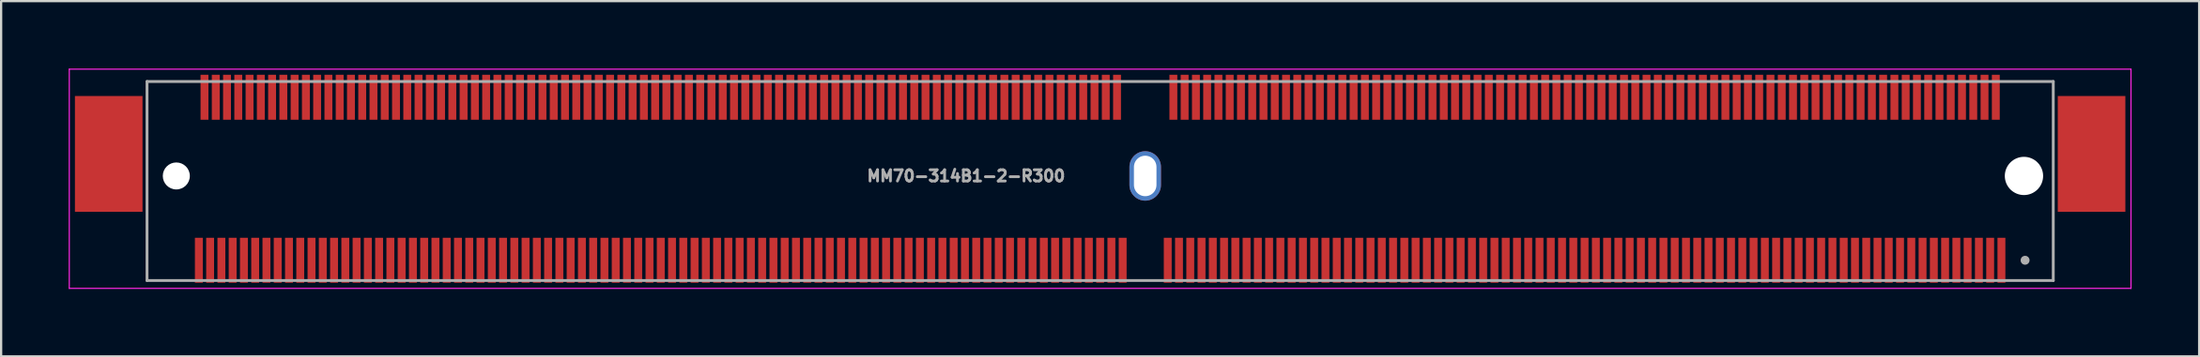
<source format=kicad_pcb>
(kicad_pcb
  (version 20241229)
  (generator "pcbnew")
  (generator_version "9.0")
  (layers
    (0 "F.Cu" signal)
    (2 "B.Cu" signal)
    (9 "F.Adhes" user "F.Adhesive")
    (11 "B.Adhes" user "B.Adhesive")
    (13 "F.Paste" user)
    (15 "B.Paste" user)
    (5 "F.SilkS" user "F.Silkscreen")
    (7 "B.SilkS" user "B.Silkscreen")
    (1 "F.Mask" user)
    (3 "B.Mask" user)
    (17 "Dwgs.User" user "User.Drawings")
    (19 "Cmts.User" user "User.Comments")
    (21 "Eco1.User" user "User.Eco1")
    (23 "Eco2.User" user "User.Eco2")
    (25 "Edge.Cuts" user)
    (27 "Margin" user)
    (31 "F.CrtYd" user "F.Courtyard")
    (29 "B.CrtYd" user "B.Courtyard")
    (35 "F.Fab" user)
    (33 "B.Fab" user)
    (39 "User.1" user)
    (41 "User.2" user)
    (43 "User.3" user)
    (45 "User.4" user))
  (footprint "MM70-314B1-2-R300"
    (layer "F.Cu")
    (at 45.775 4.775)
    (property "Reference" "MM70-314B1-2-R300" (at -5.95 0 0) (layer "F.Fab") (effects (font (size 0.5 0.5) (thickness 0.125))))
    (attr smd)
    (fp_poly (pts (xy -40.225 2.7) (xy -39.775 2.7) (xy -39.775 4.8) (xy -40.225 4.8)) (stroke (width 0.01) (type solid)) (fill yes) (layer "F.Mask"))
    (fp_poly (pts (xy -39.975 -4.55) (xy -39.525 -4.55) (xy -39.525 -2.45) (xy -39.975 -2.45)) (stroke (width 0.01) (type solid)) (fill yes) (layer "F.Mask"))
    (fp_poly (pts (xy -39.725 2.7) (xy -39.275 2.7) (xy -39.275 4.8) (xy -39.725 4.8)) (stroke (width 0.01) (type solid)) (fill yes) (layer "F.Mask"))
    (fp_poly (pts (xy -39.475 -4.55) (xy -39.025 -4.55) (xy -39.025 -2.45) (xy -39.475 -2.45)) (stroke (width 0.01) (type solid)) (fill yes) (layer "F.Mask"))
    (fp_poly (pts (xy -39.225 2.7) (xy -38.775 2.7) (xy -38.775 4.8) (xy -39.225 4.8)) (stroke (width 0.01) (type solid)) (fill yes) (layer "F.Mask"))
    (fp_poly (pts (xy -38.975 -4.55) (xy -38.525 -4.55) (xy -38.525 -2.45) (xy -38.975 -2.45)) (stroke (width 0.01) (type solid)) (fill yes) (layer "F.Mask"))
    (fp_poly (pts (xy -38.725 2.7) (xy -38.275 2.7) (xy -38.275 4.8) (xy -38.725 4.8)) (stroke (width 0.01) (type solid)) (fill yes) (layer "F.Mask"))
    (fp_poly (pts (xy -38.475 -4.55) (xy -38.025 -4.55) (xy -38.025 -2.45) (xy -38.475 -2.45)) (stroke (width 0.01) (type solid)) (fill yes) (layer "F.Mask"))
    (fp_poly (pts (xy -38.225 2.7) (xy -37.775 2.7) (xy -37.775 4.8) (xy -38.225 4.8)) (stroke (width 0.01) (type solid)) (fill yes) (layer "F.Mask"))
    (fp_poly (pts (xy -37.975 -4.55) (xy -37.525 -4.55) (xy -37.525 -2.45) (xy -37.975 -2.45)) (stroke (width 0.01) (type solid)) (fill yes) (layer "F.Mask"))
    (fp_poly (pts (xy -37.725 2.7) (xy -37.275 2.7) (xy -37.275 4.8) (xy -37.725 4.8)) (stroke (width 0.01) (type solid)) (fill yes) (layer "F.Mask"))
    (fp_poly (pts (xy -37.475 -4.55) (xy -37.025 -4.55) (xy -37.025 -2.45) (xy -37.475 -2.45)) (stroke (width 0.01) (type solid)) (fill yes) (layer "F.Mask"))
    (fp_poly (pts (xy -37.225 2.7) (xy -36.775 2.7) (xy -36.775 4.8) (xy -37.225 4.8)) (stroke (width 0.01) (type solid)) (fill yes) (layer "F.Mask"))
    (fp_poly (pts (xy -36.975 -4.55) (xy -36.525 -4.55) (xy -36.525 -2.45) (xy -36.975 -2.45)) (stroke (width 0.01) (type solid)) (fill yes) (layer "F.Mask"))
    (fp_poly (pts (xy -36.725 2.7) (xy -36.275 2.7) (xy -36.275 4.8) (xy -36.725 4.8)) (stroke (width 0.01) (type solid)) (fill yes) (layer "F.Mask"))
    (fp_poly (pts (xy -36.475 -4.55) (xy -36.025 -4.55) (xy -36.025 -2.45) (xy -36.475 -2.45)) (stroke (width 0.01) (type solid)) (fill yes) (layer "F.Mask"))
    (fp_poly (pts (xy -36.225 2.7) (xy -35.775 2.7) (xy -35.775 4.8) (xy -36.225 4.8)) (stroke (width 0.01) (type solid)) (fill yes) (layer "F.Mask"))
    (fp_poly (pts (xy -35.975 -4.55) (xy -35.525 -4.55) (xy -35.525 -2.45) (xy -35.975 -2.45)) (stroke (width 0.01) (type solid)) (fill yes) (layer "F.Mask"))
    (fp_poly (pts (xy -35.725 2.7) (xy -35.275 2.7) (xy -35.275 4.8) (xy -35.725 4.8)) (stroke (width 0.01) (type solid)) (fill yes) (layer "F.Mask"))
    (fp_poly (pts (xy -35.475 -4.55) (xy -35.025 -4.55) (xy -35.025 -2.45) (xy -35.475 -2.45)) (stroke (width 0.01) (type solid)) (fill yes) (layer "F.Mask"))
    (fp_poly (pts (xy -35.225 2.7) (xy -34.775 2.7) (xy -34.775 4.8) (xy -35.225 4.8)) (stroke (width 0.01) (type solid)) (fill yes) (layer "F.Mask"))
    (fp_poly (pts (xy -34.975 -4.55) (xy -34.525 -4.55) (xy -34.525 -2.45) (xy -34.975 -2.45)) (stroke (width 0.01) (type solid)) (fill yes) (layer "F.Mask"))
    (fp_poly (pts (xy -34.725 2.7) (xy -34.275 2.7) (xy -34.275 4.8) (xy -34.725 4.8)) (stroke (width 0.01) (type solid)) (fill yes) (layer "F.Mask"))
    (fp_poly (pts (xy -34.475 -4.55) (xy -34.025 -4.55) (xy -34.025 -2.45) (xy -34.475 -2.45)) (stroke (width 0.01) (type solid)) (fill yes) (layer "F.Mask"))
    (fp_poly (pts (xy -34.225 2.7) (xy -33.775 2.7) (xy -33.775 4.8) (xy -34.225 4.8)) (stroke (width 0.01) (type solid)) (fill yes) (layer "F.Mask"))
    (fp_poly (pts (xy -33.975 -4.55) (xy -33.525 -4.55) (xy -33.525 -2.45) (xy -33.975 -2.45)) (stroke (width 0.01) (type solid)) (fill yes) (layer "F.Mask"))
    (fp_poly (pts (xy -33.725 2.7) (xy -33.275 2.7) (xy -33.275 4.8) (xy -33.725 4.8)) (stroke (width 0.01) (type solid)) (fill yes) (layer "F.Mask"))
    (fp_poly (pts (xy -33.475 -4.55) (xy -33.025 -4.55) (xy -33.025 -2.45) (xy -33.475 -2.45)) (stroke (width 0.01) (type solid)) (fill yes) (layer "F.Mask"))
    (fp_poly (pts (xy -33.225 2.7) (xy -32.775 2.7) (xy -32.775 4.8) (xy -33.225 4.8)) (stroke (width 0.01) (type solid)) (fill yes) (layer "F.Mask"))
    (fp_poly (pts (xy -32.975 -4.55) (xy -32.525 -4.55) (xy -32.525 -2.45) (xy -32.975 -2.45)) (stroke (width 0.01) (type solid)) (fill yes) (layer "F.Mask"))
    (fp_poly (pts (xy -32.725 2.7) (xy -32.275 2.7) (xy -32.275 4.8) (xy -32.725 4.8)) (stroke (width 0.01) (type solid)) (fill yes) (layer "F.Mask"))
    (fp_poly (pts (xy -32.475 -4.55) (xy -32.025 -4.55) (xy -32.025 -2.45) (xy -32.475 -2.45)) (stroke (width 0.01) (type solid)) (fill yes) (layer "F.Mask"))
    (fp_poly (pts (xy -32.225 2.7) (xy -31.775 2.7) (xy -31.775 4.8) (xy -32.225 4.8)) (stroke (width 0.01) (type solid)) (fill yes) (layer "F.Mask"))
    (fp_poly (pts (xy -31.975 -4.55) (xy -31.525 -4.55) (xy -31.525 -2.45) (xy -31.975 -2.45)) (stroke (width 0.01) (type solid)) (fill yes) (layer "F.Mask"))
    (fp_poly (pts (xy -31.725 2.7) (xy -31.275 2.7) (xy -31.275 4.8) (xy -31.725 4.8)) (stroke (width 0.01) (type solid)) (fill yes) (layer "F.Mask"))
    (fp_poly (pts (xy -31.475 -4.55) (xy -31.025 -4.55) (xy -31.025 -2.45) (xy -31.475 -2.45)) (stroke (width 0.01) (type solid)) (fill yes) (layer "F.Mask"))
    (fp_poly (pts (xy -31.225 2.7) (xy -30.775 2.7) (xy -30.775 4.8) (xy -31.225 4.8)) (stroke (width 0.01) (type solid)) (fill yes) (layer "F.Mask"))
    (fp_poly (pts (xy -30.975 -4.55) (xy -30.525 -4.55) (xy -30.525 -2.45) (xy -30.975 -2.45)) (stroke (width 0.01) (type solid)) (fill yes) (layer "F.Mask"))
    (fp_poly (pts (xy -30.725 2.7) (xy -30.275 2.7) (xy -30.275 4.8) (xy -30.725 4.8)) (stroke (width 0.01) (type solid)) (fill yes) (layer "F.Mask"))
    (fp_poly (pts (xy -30.475 -4.55) (xy -30.025 -4.55) (xy -30.025 -2.45) (xy -30.475 -2.45)) (stroke (width 0.01) (type solid)) (fill yes) (layer "F.Mask"))
    (fp_poly (pts (xy -30.225 2.7) (xy -29.775 2.7) (xy -29.775 4.8) (xy -30.225 4.8)) (stroke (width 0.01) (type solid)) (fill yes) (layer "F.Mask"))
    (fp_poly (pts (xy -29.975 -4.55) (xy -29.525 -4.55) (xy -29.525 -2.45) (xy -29.975 -2.45)) (stroke (width 0.01) (type solid)) (fill yes) (layer "F.Mask"))
    (fp_poly (pts (xy -29.725 2.7) (xy -29.275 2.7) (xy -29.275 4.8) (xy -29.725 4.8)) (stroke (width 0.01) (type solid)) (fill yes) (layer "F.Mask"))
    (fp_poly (pts (xy -29.475 -4.55) (xy -29.025 -4.55) (xy -29.025 -2.45) (xy -29.475 -2.45)) (stroke (width 0.01) (type solid)) (fill yes) (layer "F.Mask"))
    (fp_poly (pts (xy -29.225 2.7) (xy -28.775 2.7) (xy -28.775 4.8) (xy -29.225 4.8)) (stroke (width 0.01) (type solid)) (fill yes) (layer "F.Mask"))
    (fp_poly (pts (xy -28.975 -4.55) (xy -28.525 -4.55) (xy -28.525 -2.45) (xy -28.975 -2.45)) (stroke (width 0.01) (type solid)) (fill yes) (layer "F.Mask"))
    (fp_poly (pts (xy -28.725 2.7) (xy -28.275 2.7) (xy -28.275 4.8) (xy -28.725 4.8)) (stroke (width 0.01) (type solid)) (fill yes) (layer "F.Mask"))
    (fp_poly (pts (xy -28.475 -4.55) (xy -28.025 -4.55) (xy -28.025 -2.45) (xy -28.475 -2.45)) (stroke (width 0.01) (type solid)) (fill yes) (layer "F.Mask"))
    (fp_poly (pts (xy -28.225 2.7) (xy -27.775 2.7) (xy -27.775 4.8) (xy -28.225 4.8)) (stroke (width 0.01) (type solid)) (fill yes) (layer "F.Mask"))
    (fp_poly (pts (xy -27.975 -4.55) (xy -27.525 -4.55) (xy -27.525 -2.45) (xy -27.975 -2.45)) (stroke (width 0.01) (type solid)) (fill yes) (layer "F.Mask"))
    (fp_poly (pts (xy -27.725 2.7) (xy -27.275 2.7) (xy -27.275 4.8) (xy -27.725 4.8)) (stroke (width 0.01) (type solid)) (fill yes) (layer "F.Mask"))
    (fp_poly (pts (xy -27.475 -4.55) (xy -27.025 -4.55) (xy -27.025 -2.45) (xy -27.475 -2.45)) (stroke (width 0.01) (type solid)) (fill yes) (layer "F.Mask"))
    (fp_poly (pts (xy -27.225 2.7) (xy -26.775 2.7) (xy -26.775 4.8) (xy -27.225 4.8)) (stroke (width 0.01) (type solid)) (fill yes) (layer "F.Mask"))
    (fp_poly (pts (xy -26.975 -4.55) (xy -26.525 -4.55) (xy -26.525 -2.45) (xy -26.975 -2.45)) (stroke (width 0.01) (type solid)) (fill yes) (layer "F.Mask"))
    (fp_poly (pts (xy -26.725 2.7) (xy -26.275 2.7) (xy -26.275 4.8) (xy -26.725 4.8)) (stroke (width 0.01) (type solid)) (fill yes) (layer "F.Mask"))
    (fp_poly (pts (xy -26.475 -4.55) (xy -26.025 -4.55) (xy -26.025 -2.45) (xy -26.475 -2.45)) (stroke (width 0.01) (type solid)) (fill yes) (layer "F.Mask"))
    (fp_poly (pts (xy -26.225 2.7) (xy -25.775 2.7) (xy -25.775 4.8) (xy -26.225 4.8)) (stroke (width 0.01) (type solid)) (fill yes) (layer "F.Mask"))
    (fp_poly (pts (xy -25.975 -4.55) (xy -25.525 -4.55) (xy -25.525 -2.45) (xy -25.975 -2.45)) (stroke (width 0.01) (type solid)) (fill yes) (layer "F.Mask"))
    (fp_poly (pts (xy -25.725 2.7) (xy -25.275 2.7) (xy -25.275 4.8) (xy -25.725 4.8)) (stroke (width 0.01) (type solid)) (fill yes) (layer "F.Mask"))
    (fp_poly (pts (xy -25.475 -4.55) (xy -25.025 -4.55) (xy -25.025 -2.45) (xy -25.475 -2.45)) (stroke (width 0.01) (type solid)) (fill yes) (layer "F.Mask"))
    (fp_poly (pts (xy -25.225 2.7) (xy -24.775 2.7) (xy -24.775 4.8) (xy -25.225 4.8)) (stroke (width 0.01) (type solid)) (fill yes) (layer "F.Mask"))
    (fp_poly (pts (xy -24.975 -4.55) (xy -24.525 -4.55) (xy -24.525 -2.45) (xy -24.975 -2.45)) (stroke (width 0.01) (type solid)) (fill yes) (layer "F.Mask"))
    (fp_poly (pts (xy -24.725 2.7) (xy -24.275 2.7) (xy -24.275 4.8) (xy -24.725 4.8)) (stroke (width 0.01) (type solid)) (fill yes) (layer "F.Mask"))
    (fp_poly (pts (xy -24.475 -4.55) (xy -24.025 -4.55) (xy -24.025 -2.45) (xy -24.475 -2.45)) (stroke (width 0.01) (type solid)) (fill yes) (layer "F.Mask"))
    (fp_poly (pts (xy -24.225 2.7) (xy -23.775 2.7) (xy -23.775 4.8) (xy -24.225 4.8)) (stroke (width 0.01) (type solid)) (fill yes) (layer "F.Mask"))
    (fp_poly (pts (xy -23.975 -4.55) (xy -23.525 -4.55) (xy -23.525 -2.45) (xy -23.975 -2.45)) (stroke (width 0.01) (type solid)) (fill yes) (layer "F.Mask"))
    (fp_poly (pts (xy -23.725 2.7) (xy -23.275 2.7) (xy -23.275 4.8) (xy -23.725 4.8)) (stroke (width 0.01) (type solid)) (fill yes) (layer "F.Mask"))
    (fp_poly (pts (xy -23.475 -4.55) (xy -23.025 -4.55) (xy -23.025 -2.45) (xy -23.475 -2.45)) (stroke (width 0.01) (type solid)) (fill yes) (layer "F.Mask"))
    (fp_poly (pts (xy -23.225 2.7) (xy -22.775 2.7) (xy -22.775 4.8) (xy -23.225 4.8)) (stroke (width 0.01) (type solid)) (fill yes) (layer "F.Mask"))
    (fp_poly (pts (xy -22.975 -4.55) (xy -22.525 -4.55) (xy -22.525 -2.45) (xy -22.975 -2.45)) (stroke (width 0.01) (type solid)) (fill yes) (layer "F.Mask"))
    (fp_poly (pts (xy -22.725 2.7) (xy -22.275 2.7) (xy -22.275 4.8) (xy -22.725 4.8)) (stroke (width 0.01) (type solid)) (fill yes) (layer "F.Mask"))
    (fp_poly (pts (xy -22.475 -4.55) (xy -22.025 -4.55) (xy -22.025 -2.45) (xy -22.475 -2.45)) (stroke (width 0.01) (type solid)) (fill yes) (layer "F.Mask"))
    (fp_poly (pts (xy -22.225 2.7) (xy -21.775 2.7) (xy -21.775 4.8) (xy -22.225 4.8)) (stroke (width 0.01) (type solid)) (fill yes) (layer "F.Mask"))
    (fp_poly (pts (xy -21.975 -4.55) (xy -21.525 -4.55) (xy -21.525 -2.45) (xy -21.975 -2.45)) (stroke (width 0.01) (type solid)) (fill yes) (layer "F.Mask"))
    (fp_poly (pts (xy -21.725 2.7) (xy -21.275 2.7) (xy -21.275 4.8) (xy -21.725 4.8)) (stroke (width 0.01) (type solid)) (fill yes) (layer "F.Mask"))
    (fp_poly (pts (xy -21.475 -4.55) (xy -21.025 -4.55) (xy -21.025 -2.45) (xy -21.475 -2.45)) (stroke (width 0.01) (type solid)) (fill yes) (layer "F.Mask"))
    (fp_poly (pts (xy -21.225 2.7) (xy -20.775 2.7) (xy -20.775 4.8) (xy -21.225 4.8)) (stroke (width 0.01) (type solid)) (fill yes) (layer "F.Mask"))
    (fp_poly (pts (xy -20.975 -4.55) (xy -20.525 -4.55) (xy -20.525 -2.45) (xy -20.975 -2.45)) (stroke (width 0.01) (type solid)) (fill yes) (layer "F.Mask"))
    (fp_poly (pts (xy -20.725 2.7) (xy -20.275 2.7) (xy -20.275 4.8) (xy -20.725 4.8)) (stroke (width 0.01) (type solid)) (fill yes) (layer "F.Mask"))
    (fp_poly (pts (xy -20.475 -4.55) (xy -20.025 -4.55) (xy -20.025 -2.45) (xy -20.475 -2.45)) (stroke (width 0.01) (type solid)) (fill yes) (layer "F.Mask"))
    (fp_poly (pts (xy -20.225 2.7) (xy -19.775 2.7) (xy -19.775 4.8) (xy -20.225 4.8)) (stroke (width 0.01) (type solid)) (fill yes) (layer "F.Mask"))
    (fp_poly (pts (xy -19.975 -4.55) (xy -19.525 -4.55) (xy -19.525 -2.45) (xy -19.975 -2.45)) (stroke (width 0.01) (type solid)) (fill yes) (layer "F.Mask"))
    (fp_poly (pts (xy -19.725 2.7) (xy -19.275 2.7) (xy -19.275 4.8) (xy -19.725 4.8)) (stroke (width 0.01) (type solid)) (fill yes) (layer "F.Mask"))
    (fp_poly (pts (xy -19.475 -4.55) (xy -19.025 -4.55) (xy -19.025 -2.45) (xy -19.475 -2.45)) (stroke (width 0.01) (type solid)) (fill yes) (layer "F.Mask"))
    (fp_poly (pts (xy -19.225 2.7) (xy -18.775 2.7) (xy -18.775 4.8) (xy -19.225 4.8)) (stroke (width 0.01) (type solid)) (fill yes) (layer "F.Mask"))
    (fp_poly (pts (xy -18.975 -4.55) (xy -18.525 -4.55) (xy -18.525 -2.45) (xy -18.975 -2.45)) (stroke (width 0.01) (type solid)) (fill yes) (layer "F.Mask"))
    (fp_poly (pts (xy -18.725 2.7) (xy -18.275 2.7) (xy -18.275 4.8) (xy -18.725 4.8)) (stroke (width 0.01) (type solid)) (fill yes) (layer "F.Mask"))
    (fp_poly (pts (xy -18.475 -4.55) (xy -18.025 -4.55) (xy -18.025 -2.45) (xy -18.475 -2.45)) (stroke (width 0.01) (type solid)) (fill yes) (layer "F.Mask"))
    (fp_poly (pts (xy -18.225 2.7) (xy -17.775 2.7) (xy -17.775 4.8) (xy -18.225 4.8)) (stroke (width 0.01) (type solid)) (fill yes) (layer "F.Mask"))
    (fp_poly (pts (xy -17.975 -4.55) (xy -17.525 -4.55) (xy -17.525 -2.45) (xy -17.975 -2.45)) (stroke (width 0.01) (type solid)) (fill yes) (layer "F.Mask"))
    (fp_poly (pts (xy -17.725 2.7) (xy -17.275 2.7) (xy -17.275 4.8) (xy -17.725 4.8)) (stroke (width 0.01) (type solid)) (fill yes) (layer "F.Mask"))
    (fp_poly (pts (xy -17.475 -4.55) (xy -17.025 -4.55) (xy -17.025 -2.45) (xy -17.475 -2.45)) (stroke (width 0.01) (type solid)) (fill yes) (layer "F.Mask"))
    (fp_poly (pts (xy -17.225 2.7) (xy -16.775 2.7) (xy -16.775 4.8) (xy -17.225 4.8)) (stroke (width 0.01) (type solid)) (fill yes) (layer "F.Mask"))
    (fp_poly (pts (xy -16.975 -4.55) (xy -16.525 -4.55) (xy -16.525 -2.45) (xy -16.975 -2.45)) (stroke (width 0.01) (type solid)) (fill yes) (layer "F.Mask"))
    (fp_poly (pts (xy -16.725 2.7) (xy -16.275 2.7) (xy -16.275 4.8) (xy -16.725 4.8)) (stroke (width 0.01) (type solid)) (fill yes) (layer "F.Mask"))
    (fp_poly (pts (xy -16.475 -4.55) (xy -16.025 -4.55) (xy -16.025 -2.45) (xy -16.475 -2.45)) (stroke (width 0.01) (type solid)) (fill yes) (layer "F.Mask"))
    (fp_poly (pts (xy -16.225 2.7) (xy -15.775 2.7) (xy -15.775 4.8) (xy -16.225 4.8)) (stroke (width 0.01) (type solid)) (fill yes) (layer "F.Mask"))
    (fp_poly (pts (xy -15.975 -4.55) (xy -15.525 -4.55) (xy -15.525 -2.45) (xy -15.975 -2.45)) (stroke (width 0.01) (type solid)) (fill yes) (layer "F.Mask"))
    (fp_poly (pts (xy -15.725 2.7) (xy -15.275 2.7) (xy -15.275 4.8) (xy -15.725 4.8)) (stroke (width 0.01) (type solid)) (fill yes) (layer "F.Mask"))
    (fp_poly (pts (xy -15.475 -4.55) (xy -15.025 -4.55) (xy -15.025 -2.45) (xy -15.475 -2.45)) (stroke (width 0.01) (type solid)) (fill yes) (layer "F.Mask"))
    (fp_poly (pts (xy -15.225 2.7) (xy -14.775 2.7) (xy -14.775 4.8) (xy -15.225 4.8)) (stroke (width 0.01) (type solid)) (fill yes) (layer "F.Mask"))
    (fp_poly (pts (xy -14.975 -4.55) (xy -14.525 -4.55) (xy -14.525 -2.45) (xy -14.975 -2.45)) (stroke (width 0.01) (type solid)) (fill yes) (layer "F.Mask"))
    (fp_poly (pts (xy -14.725 2.7) (xy -14.275 2.7) (xy -14.275 4.8) (xy -14.725 4.8)) (stroke (width 0.01) (type solid)) (fill yes) (layer "F.Mask"))
    (fp_poly (pts (xy -14.475 -4.55) (xy -14.025 -4.55) (xy -14.025 -2.45) (xy -14.475 -2.45)) (stroke (width 0.01) (type solid)) (fill yes) (layer "F.Mask"))
    (fp_poly (pts (xy -14.225 2.7) (xy -13.775 2.7) (xy -13.775 4.8) (xy -14.225 4.8)) (stroke (width 0.01) (type solid)) (fill yes) (layer "F.Mask"))
    (fp_poly (pts (xy -13.975 -4.55) (xy -13.525 -4.55) (xy -13.525 -2.45) (xy -13.975 -2.45)) (stroke (width 0.01) (type solid)) (fill yes) (layer "F.Mask"))
    (fp_poly (pts (xy -13.725 2.7) (xy -13.275 2.7) (xy -13.275 4.8) (xy -13.725 4.8)) (stroke (width 0.01) (type solid)) (fill yes) (layer "F.Mask"))
    (fp_poly (pts (xy -13.475 -4.55) (xy -13.025 -4.55) (xy -13.025 -2.45) (xy -13.475 -2.45)) (stroke (width 0.01) (type solid)) (fill yes) (layer "F.Mask"))
    (fp_poly (pts (xy -13.225 2.7) (xy -12.775 2.7) (xy -12.775 4.8) (xy -13.225 4.8)) (stroke (width 0.01) (type solid)) (fill yes) (layer "F.Mask"))
    (fp_poly (pts (xy -12.975 -4.55) (xy -12.525 -4.55) (xy -12.525 -2.45) (xy -12.975 -2.45)) (stroke (width 0.01) (type solid)) (fill yes) (layer "F.Mask"))
    (fp_poly (pts (xy -12.725 2.7) (xy -12.275 2.7) (xy -12.275 4.8) (xy -12.725 4.8)) (stroke (width 0.01) (type solid)) (fill yes) (layer "F.Mask"))
    (fp_poly (pts (xy -12.475 -4.55) (xy -12.025 -4.55) (xy -12.025 -2.45) (xy -12.475 -2.45)) (stroke (width 0.01) (type solid)) (fill yes) (layer "F.Mask"))
    (fp_poly (pts (xy -12.225 2.7) (xy -11.775 2.7) (xy -11.775 4.8) (xy -12.225 4.8)) (stroke (width 0.01) (type solid)) (fill yes) (layer "F.Mask"))
    (fp_poly (pts (xy -11.975 -4.55) (xy -11.525 -4.55) (xy -11.525 -2.45) (xy -11.975 -2.45)) (stroke (width 0.01) (type solid)) (fill yes) (layer "F.Mask"))
    (fp_poly (pts (xy -11.725 2.7) (xy -11.275 2.7) (xy -11.275 4.8) (xy -11.725 4.8)) (stroke (width 0.01) (type solid)) (fill yes) (layer "F.Mask"))
    (fp_poly (pts (xy -11.475 -4.55) (xy -11.025 -4.55) (xy -11.025 -2.45) (xy -11.475 -2.45)) (stroke (width 0.01) (type solid)) (fill yes) (layer "F.Mask"))
    (fp_poly (pts (xy -11.225 2.7) (xy -10.775 2.7) (xy -10.775 4.8) (xy -11.225 4.8)) (stroke (width 0.01) (type solid)) (fill yes) (layer "F.Mask"))
    (fp_poly (pts (xy -10.975 -4.55) (xy -10.525 -4.55) (xy -10.525 -2.45) (xy -10.975 -2.45)) (stroke (width 0.01) (type solid)) (fill yes) (layer "F.Mask"))
    (fp_poly (pts (xy -10.725 2.7) (xy -10.275 2.7) (xy -10.275 4.8) (xy -10.725 4.8)) (stroke (width 0.01) (type solid)) (fill yes) (layer "F.Mask"))
    (fp_poly (pts (xy -10.475 -4.55) (xy -10.025 -4.55) (xy -10.025 -2.45) (xy -10.475 -2.45)) (stroke (width 0.01) (type solid)) (fill yes) (layer "F.Mask"))
    (fp_poly (pts (xy -10.225 2.7) (xy -9.775 2.7) (xy -9.775 4.8) (xy -10.225 4.8)) (stroke (width 0.01) (type solid)) (fill yes) (layer "F.Mask"))
    (fp_poly (pts (xy -9.975 -4.55) (xy -9.525 -4.55) (xy -9.525 -2.45) (xy -9.975 -2.45)) (stroke (width 0.01) (type solid)) (fill yes) (layer "F.Mask"))
    (fp_poly (pts (xy -9.725 2.7) (xy -9.275 2.7) (xy -9.275 4.8) (xy -9.725 4.8)) (stroke (width 0.01) (type solid)) (fill yes) (layer "F.Mask"))
    (fp_poly (pts (xy -9.475 -4.55) (xy -9.025 -4.55) (xy -9.025 -2.45) (xy -9.475 -2.45)) (stroke (width 0.01) (type solid)) (fill yes) (layer "F.Mask"))
    (fp_poly (pts (xy -9.225 2.7) (xy -8.775 2.7) (xy -8.775 4.8) (xy -9.225 4.8)) (stroke (width 0.01) (type solid)) (fill yes) (layer "F.Mask"))
    (fp_poly (pts (xy -8.975 -4.55) (xy -8.525 -4.55) (xy -8.525 -2.45) (xy -8.975 -2.45)) (stroke (width 0.01) (type solid)) (fill yes) (layer "F.Mask"))
    (fp_poly (pts (xy -8.725 2.7) (xy -8.275 2.7) (xy -8.275 4.8) (xy -8.725 4.8)) (stroke (width 0.01) (type solid)) (fill yes) (layer "F.Mask"))
    (fp_poly (pts (xy -8.475 -4.55) (xy -8.025 -4.55) (xy -8.025 -2.45) (xy -8.475 -2.45)) (stroke (width 0.01) (type solid)) (fill yes) (layer "F.Mask"))
    (fp_poly (pts (xy -8.225 2.7) (xy -7.775 2.7) (xy -7.775 4.8) (xy -8.225 4.8)) (stroke (width 0.01) (type solid)) (fill yes) (layer "F.Mask"))
    (fp_poly (pts (xy -7.975 -4.55) (xy -7.525 -4.55) (xy -7.525 -2.45) (xy -7.975 -2.45)) (stroke (width 0.01) (type solid)) (fill yes) (layer "F.Mask"))
    (fp_poly (pts (xy -7.725 2.7) (xy -7.275 2.7) (xy -7.275 4.8) (xy -7.725 4.8)) (stroke (width 0.01) (type solid)) (fill yes) (layer "F.Mask"))
    (fp_poly (pts (xy -7.475 -4.55) (xy -7.025 -4.55) (xy -7.025 -2.45) (xy -7.475 -2.45)) (stroke (width 0.01) (type solid)) (fill yes) (layer "F.Mask"))
    (fp_poly (pts (xy -7.225 2.7) (xy -6.775 2.7) (xy -6.775 4.8) (xy -7.225 4.8)) (stroke (width 0.01) (type solid)) (fill yes) (layer "F.Mask"))
    (fp_poly (pts (xy -6.975 -4.55) (xy -6.525 -4.55) (xy -6.525 -2.45) (xy -6.975 -2.45)) (stroke (width 0.01) (type solid)) (fill yes) (layer "F.Mask"))
    (fp_poly (pts (xy -6.725 2.7) (xy -6.275 2.7) (xy -6.275 4.8) (xy -6.725 4.8)) (stroke (width 0.01) (type solid)) (fill yes) (layer "F.Mask"))
    (fp_poly (pts (xy -6.475 -4.55) (xy -6.025 -4.55) (xy -6.025 -2.45) (xy -6.475 -2.45)) (stroke (width 0.01) (type solid)) (fill yes) (layer "F.Mask"))
    (fp_poly (pts (xy -6.225 2.7) (xy -5.775 2.7) (xy -5.775 4.8) (xy -6.225 4.8)) (stroke (width 0.01) (type solid)) (fill yes) (layer "F.Mask"))
    (fp_poly (pts (xy -5.975 -4.55) (xy -5.525 -4.55) (xy -5.525 -2.45) (xy -5.975 -2.45)) (stroke (width 0.01) (type solid)) (fill yes) (layer "F.Mask"))
    (fp_poly (pts (xy -5.725 2.7) (xy -5.275 2.7) (xy -5.275 4.8) (xy -5.725 4.8)) (stroke (width 0.01) (type solid)) (fill yes) (layer "F.Mask"))
    (fp_poly (pts (xy -5.475 -4.55) (xy -5.025 -4.55) (xy -5.025 -2.45) (xy -5.475 -2.45)) (stroke (width 0.01) (type solid)) (fill yes) (layer "F.Mask"))
    (fp_poly (pts (xy -5.225 2.7) (xy -4.775 2.7) (xy -4.775 4.8) (xy -5.225 4.8)) (stroke (width 0.01) (type solid)) (fill yes) (layer "F.Mask"))
    (fp_poly (pts (xy -4.975 -4.55) (xy -4.525 -4.55) (xy -4.525 -2.45) (xy -4.975 -2.45)) (stroke (width 0.01) (type solid)) (fill yes) (layer "F.Mask"))
    (fp_poly (pts (xy -4.725 2.7) (xy -4.275 2.7) (xy -4.275 4.8) (xy -4.725 4.8)) (stroke (width 0.01) (type solid)) (fill yes) (layer "F.Mask"))
    (fp_poly (pts (xy -4.475 -4.55) (xy -4.025 -4.55) (xy -4.025 -2.45) (xy -4.475 -2.45)) (stroke (width 0.01) (type solid)) (fill yes) (layer "F.Mask"))
    (fp_poly (pts (xy -4.225 2.7) (xy -3.775 2.7) (xy -3.775 4.8) (xy -4.225 4.8)) (stroke (width 0.01) (type solid)) (fill yes) (layer "F.Mask"))
    (fp_poly (pts (xy -3.975 -4.55) (xy -3.525 -4.55) (xy -3.525 -2.45) (xy -3.975 -2.45)) (stroke (width 0.01) (type solid)) (fill yes) (layer "F.Mask"))
    (fp_poly (pts (xy -3.725 2.7) (xy -3.275 2.7) (xy -3.275 4.8) (xy -3.725 4.8)) (stroke (width 0.01) (type solid)) (fill yes) (layer "F.Mask"))
    (fp_poly (pts (xy -3.475 -4.55) (xy -3.025 -4.55) (xy -3.025 -2.45) (xy -3.475 -2.45)) (stroke (width 0.01) (type solid)) (fill yes) (layer "F.Mask"))
    (fp_poly (pts (xy -3.225 2.7) (xy -2.775 2.7) (xy -2.775 4.8) (xy -3.225 4.8)) (stroke (width 0.01) (type solid)) (fill yes) (layer "F.Mask"))
    (fp_poly (pts (xy -2.975 -4.55) (xy -2.525 -4.55) (xy -2.525 -2.45) (xy -2.975 -2.45)) (stroke (width 0.01) (type solid)) (fill yes) (layer "F.Mask"))
    (fp_poly (pts (xy -2.725 2.7) (xy -2.275 2.7) (xy -2.275 4.8) (xy -2.725 4.8)) (stroke (width 0.01) (type solid)) (fill yes) (layer "F.Mask"))
    (fp_poly (pts (xy -2.475 -4.55) (xy -2.025 -4.55) (xy -2.025 -2.45) (xy -2.475 -2.45)) (stroke (width 0.01) (type solid)) (fill yes) (layer "F.Mask"))
    (fp_poly (pts (xy -2.225 2.7) (xy -1.775 2.7) (xy -1.775 4.8) (xy -2.225 4.8)) (stroke (width 0.01) (type solid)) (fill yes) (layer "F.Mask"))
    (fp_poly (pts (xy -1.975 -4.55) (xy -1.525 -4.55) (xy -1.525 -2.45) (xy -1.975 -2.45)) (stroke (width 0.01) (type solid)) (fill yes) (layer "F.Mask"))
    (fp_poly (pts (xy -1.725 2.7) (xy -1.275 2.7) (xy -1.275 4.8) (xy -1.725 4.8)) (stroke (width 0.01) (type solid)) (fill yes) (layer "F.Mask"))
    (fp_poly (pts (xy -1.475 -4.55) (xy -1.025 -4.55) (xy -1.025 -2.45) (xy -1.475 -2.45)) (stroke (width 0.01) (type solid)) (fill yes) (layer "F.Mask"))
    (fp_poly (pts (xy -1.225 2.7) (xy -0.775 2.7) (xy -0.775 4.8) (xy -1.225 4.8)) (stroke (width 0.01) (type solid)) (fill yes) (layer "F.Mask"))
    (fp_poly (pts (xy -0.975 -4.55) (xy -0.525 -4.55) (xy -0.525 -2.45) (xy -0.975 -2.45)) (stroke (width 0.01) (type solid)) (fill yes) (layer "F.Mask"))
    (fp_poly (pts (xy -0.725 2.7) (xy -0.275 2.7) (xy -0.275 4.8) (xy -0.725 4.8)) (stroke (width 0.01) (type solid)) (fill yes) (layer "F.Mask"))
    (fp_poly (pts (xy -0.475 -4.55) (xy -0.025 -4.55) (xy -0.025 -2.45) (xy -0.475 -2.45)) (stroke (width 0.01) (type solid)) (fill yes) (layer "F.Mask"))
    (fp_poly (pts (xy -0.225 2.7) (xy 0.225 2.7) (xy 0.225 4.8) (xy -0.225 4.8)) (stroke (width 0.01) (type solid)) (fill yes) (layer "F.Mask"))
    (fp_poly (pts (xy 0.025 -4.55) (xy 0.475 -4.55) (xy 0.475 -2.45) (xy 0.025 -2.45)) (stroke (width 0.01) (type solid)) (fill yes) (layer "F.Mask"))
    (fp_poly (pts (xy 0.275 2.7) (xy 0.725 2.7) (xy 0.725 4.8) (xy 0.275 4.8)) (stroke (width 0.01) (type solid)) (fill yes) (layer "F.Mask"))
    (fp_poly (pts (xy 0.525 -4.55) (xy 0.975 -4.55) (xy 0.975 -2.45) (xy 0.525 -2.45)) (stroke (width 0.01) (type solid)) (fill yes) (layer "F.Mask"))
    (fp_poly (pts (xy 0.775 2.7) (xy 1.225 2.7) (xy 1.225 4.8) (xy 0.775 4.8)) (stroke (width 0.01) (type solid)) (fill yes) (layer "F.Mask"))
    (fp_poly (pts (xy 2.775 2.7) (xy 3.225 2.7) (xy 3.225 4.8) (xy 2.775 4.8)) (stroke (width 0.01) (type solid)) (fill yes) (layer "F.Mask"))
    (fp_poly (pts (xy 3.025 -4.55) (xy 3.475 -4.55) (xy 3.475 -2.45) (xy 3.025 -2.45)) (stroke (width 0.01) (type solid)) (fill yes) (layer "F.Mask"))
    (fp_poly (pts (xy 3.275 2.7) (xy 3.725 2.7) (xy 3.725 4.8) (xy 3.275 4.8)) (stroke (width 0.01) (type solid)) (fill yes) (layer "F.Mask"))
    (fp_poly (pts (xy 3.525 -4.55) (xy 3.975 -4.55) (xy 3.975 -2.45) (xy 3.525 -2.45)) (stroke (width 0.01) (type solid)) (fill yes) (layer "F.Mask"))
    (fp_poly (pts (xy 3.775 2.7) (xy 4.225 2.7) (xy 4.225 4.8) (xy 3.775 4.8)) (stroke (width 0.01) (type solid)) (fill yes) (layer "F.Mask"))
    (fp_poly (pts (xy 4.025 -4.55) (xy 4.475 -4.55) (xy 4.475 -2.45) (xy 4.025 -2.45)) (stroke (width 0.01) (type solid)) (fill yes) (layer "F.Mask"))
    (fp_poly (pts (xy 4.275 2.7) (xy 4.725 2.7) (xy 4.725 4.8) (xy 4.275 4.8)) (stroke (width 0.01) (type solid)) (fill yes) (layer "F.Mask"))
    (fp_poly (pts (xy 4.525 -4.55) (xy 4.975 -4.55) (xy 4.975 -2.45) (xy 4.525 -2.45)) (stroke (width 0.01) (type solid)) (fill yes) (layer "F.Mask"))
    (fp_poly (pts (xy 4.775 2.7) (xy 5.225 2.7) (xy 5.225 4.8) (xy 4.775 4.8)) (stroke (width 0.01) (type solid)) (fill yes) (layer "F.Mask"))
    (fp_poly (pts (xy 5.025 -4.55) (xy 5.475 -4.55) (xy 5.475 -2.45) (xy 5.025 -2.45)) (stroke (width 0.01) (type solid)) (fill yes) (layer "F.Mask"))
    (fp_poly (pts (xy 5.275 2.7) (xy 5.725 2.7) (xy 5.725 4.8) (xy 5.275 4.8)) (stroke (width 0.01) (type solid)) (fill yes) (layer "F.Mask"))
    (fp_poly (pts (xy 5.525 -4.55) (xy 5.975 -4.55) (xy 5.975 -2.45) (xy 5.525 -2.45)) (stroke (width 0.01) (type solid)) (fill yes) (layer "F.Mask"))
    (fp_poly (pts (xy 5.775 2.7) (xy 6.225 2.7) (xy 6.225 4.8) (xy 5.775 4.8)) (stroke (width 0.01) (type solid)) (fill yes) (layer "F.Mask"))
    (fp_poly (pts (xy 6.025 -4.55) (xy 6.475 -4.55) (xy 6.475 -2.45) (xy 6.025 -2.45)) (stroke (width 0.01) (type solid)) (fill yes) (layer "F.Mask"))
    (fp_poly (pts (xy 6.275 2.7) (xy 6.725 2.7) (xy 6.725 4.8) (xy 6.275 4.8)) (stroke (width 0.01) (type solid)) (fill yes) (layer "F.Mask"))
    (fp_poly (pts (xy 6.525 -4.55) (xy 6.975 -4.55) (xy 6.975 -2.45) (xy 6.525 -2.45)) (stroke (width 0.01) (type solid)) (fill yes) (layer "F.Mask"))
    (fp_poly (pts (xy 6.775 2.7) (xy 7.225 2.7) (xy 7.225 4.8) (xy 6.775 4.8)) (stroke (width 0.01) (type solid)) (fill yes) (layer "F.Mask"))
    (fp_poly (pts (xy 7.025 -4.55) (xy 7.475 -4.55) (xy 7.475 -2.45) (xy 7.025 -2.45)) (stroke (width 0.01) (type solid)) (fill yes) (layer "F.Mask"))
    (fp_poly (pts (xy 7.275 2.7) (xy 7.725 2.7) (xy 7.725 4.8) (xy 7.275 4.8)) (stroke (width 0.01) (type solid)) (fill yes) (layer "F.Mask"))
    (fp_poly (pts (xy 7.525 -4.55) (xy 7.975 -4.55) (xy 7.975 -2.45) (xy 7.525 -2.45)) (stroke (width 0.01) (type solid)) (fill yes) (layer "F.Mask"))
    (fp_poly (pts (xy 7.775 2.7) (xy 8.225 2.7) (xy 8.225 4.8) (xy 7.775 4.8)) (stroke (width 0.01) (type solid)) (fill yes) (layer "F.Mask"))
    (fp_poly (pts (xy 8.025 -4.55) (xy 8.475 -4.55) (xy 8.475 -2.45) (xy 8.025 -2.45)) (stroke (width 0.01) (type solid)) (fill yes) (layer "F.Mask"))
    (fp_poly (pts (xy 8.275 2.7) (xy 8.725 2.7) (xy 8.725 4.8) (xy 8.275 4.8)) (stroke (width 0.01) (type solid)) (fill yes) (layer "F.Mask"))
    (fp_poly (pts (xy 8.525 -4.55) (xy 8.975 -4.55) (xy 8.975 -2.45) (xy 8.525 -2.45)) (stroke (width 0.01) (type solid)) (fill yes) (layer "F.Mask"))
    (fp_poly (pts (xy 8.775 2.7) (xy 9.225 2.7) (xy 9.225 4.8) (xy 8.775 4.8)) (stroke (width 0.01) (type solid)) (fill yes) (layer "F.Mask"))
    (fp_poly (pts (xy 9.025 -4.55) (xy 9.475 -4.55) (xy 9.475 -2.45) (xy 9.025 -2.45)) (stroke (width 0.01) (type solid)) (fill yes) (layer "F.Mask"))
    (fp_poly (pts (xy 9.275 2.7) (xy 9.725 2.7) (xy 9.725 4.8) (xy 9.275 4.8)) (stroke (width 0.01) (type solid)) (fill yes) (layer "F.Mask"))
    (fp_poly (pts (xy 9.525 -4.55) (xy 9.975 -4.55) (xy 9.975 -2.45) (xy 9.525 -2.45)) (stroke (width 0.01) (type solid)) (fill yes) (layer "F.Mask"))
    (fp_poly (pts (xy 9.775 2.7) (xy 10.225 2.7) (xy 10.225 4.8) (xy 9.775 4.8)) (stroke (width 0.01) (type solid)) (fill yes) (layer "F.Mask"))
    (fp_poly (pts (xy 10.025 -4.55) (xy 10.475 -4.55) (xy 10.475 -2.45) (xy 10.025 -2.45)) (stroke (width 0.01) (type solid)) (fill yes) (layer "F.Mask"))
    (fp_poly (pts (xy 10.275 2.7) (xy 10.725 2.7) (xy 10.725 4.8) (xy 10.275 4.8)) (stroke (width 0.01) (type solid)) (fill yes) (layer "F.Mask"))
    (fp_poly (pts (xy 10.525 -4.55) (xy 10.975 -4.55) (xy 10.975 -2.45) (xy 10.525 -2.45)) (stroke (width 0.01) (type solid)) (fill yes) (layer "F.Mask"))
    (fp_poly (pts (xy 10.775 2.7) (xy 11.225 2.7) (xy 11.225 4.8) (xy 10.775 4.8)) (stroke (width 0.01) (type solid)) (fill yes) (layer "F.Mask"))
    (fp_poly (pts (xy 11.025 -4.55) (xy 11.475 -4.55) (xy 11.475 -2.45) (xy 11.025 -2.45)) (stroke (width 0.01) (type solid)) (fill yes) (layer "F.Mask"))
    (fp_poly (pts (xy 11.275 2.7) (xy 11.725 2.7) (xy 11.725 4.8) (xy 11.275 4.8)) (stroke (width 0.01) (type solid)) (fill yes) (layer "F.Mask"))
    (fp_poly (pts (xy 11.525 -4.55) (xy 11.975 -4.55) (xy 11.975 -2.45) (xy 11.525 -2.45)) (stroke (width 0.01) (type solid)) (fill yes) (layer "F.Mask"))
    (fp_poly (pts (xy 11.775 2.7) (xy 12.225 2.7) (xy 12.225 4.8) (xy 11.775 4.8)) (stroke (width 0.01) (type solid)) (fill yes) (layer "F.Mask"))
    (fp_poly (pts (xy 12.025 -4.55) (xy 12.475 -4.55) (xy 12.475 -2.45) (xy 12.025 -2.45)) (stroke (width 0.01) (type solid)) (fill yes) (layer "F.Mask"))
    (fp_poly (pts (xy 12.275 2.7) (xy 12.725 2.7) (xy 12.725 4.8) (xy 12.275 4.8)) (stroke (width 0.01) (type solid)) (fill yes) (layer "F.Mask"))
    (fp_poly (pts (xy 12.525 -4.55) (xy 12.975 -4.55) (xy 12.975 -2.45) (xy 12.525 -2.45)) (stroke (width 0.01) (type solid)) (fill yes) (layer "F.Mask"))
    (fp_poly (pts (xy 12.775 2.7) (xy 13.225 2.7) (xy 13.225 4.8) (xy 12.775 4.8)) (stroke (width 0.01) (type solid)) (fill yes) (layer "F.Mask"))
    (fp_poly (pts (xy 13.025 -4.55) (xy 13.475 -4.55) (xy 13.475 -2.45) (xy 13.025 -2.45)) (stroke (width 0.01) (type solid)) (fill yes) (layer "F.Mask"))
    (fp_poly (pts (xy 13.275 2.7) (xy 13.725 2.7) (xy 13.725 4.8) (xy 13.275 4.8)) (stroke (width 0.01) (type solid)) (fill yes) (layer "F.Mask"))
    (fp_poly (pts (xy 13.525 -4.55) (xy 13.975 -4.55) (xy 13.975 -2.45) (xy 13.525 -2.45)) (stroke (width 0.01) (type solid)) (fill yes) (layer "F.Mask"))
    (fp_poly (pts (xy 13.775 2.7) (xy 14.225 2.7) (xy 14.225 4.8) (xy 13.775 4.8)) (stroke (width 0.01) (type solid)) (fill yes) (layer "F.Mask"))
    (fp_poly (pts (xy 14.025 -4.55) (xy 14.475 -4.55) (xy 14.475 -2.45) (xy 14.025 -2.45)) (stroke (width 0.01) (type solid)) (fill yes) (layer "F.Mask"))
    (fp_poly (pts (xy 14.275 2.7) (xy 14.725 2.7) (xy 14.725 4.8) (xy 14.275 4.8)) (stroke (width 0.01) (type solid)) (fill yes) (layer "F.Mask"))
    (fp_poly (pts (xy 14.525 -4.55) (xy 14.975 -4.55) (xy 14.975 -2.45) (xy 14.525 -2.45)) (stroke (width 0.01) (type solid)) (fill yes) (layer "F.Mask"))
    (fp_poly (pts (xy 14.775 2.7) (xy 15.225 2.7) (xy 15.225 4.8) (xy 14.775 4.8)) (stroke (width 0.01) (type solid)) (fill yes) (layer "F.Mask"))
    (fp_poly (pts (xy 15.025 -4.55) (xy 15.475 -4.55) (xy 15.475 -2.45) (xy 15.025 -2.45)) (stroke (width 0.01) (type solid)) (fill yes) (layer "F.Mask"))
    (fp_poly (pts (xy 15.275 2.7) (xy 15.725 2.7) (xy 15.725 4.8) (xy 15.275 4.8)) (stroke (width 0.01) (type solid)) (fill yes) (layer "F.Mask"))
    (fp_poly (pts (xy 15.525 -4.55) (xy 15.975 -4.55) (xy 15.975 -2.45) (xy 15.525 -2.45)) (stroke (width 0.01) (type solid)) (fill yes) (layer "F.Mask"))
    (fp_poly (pts (xy 15.775 2.7) (xy 16.225 2.7) (xy 16.225 4.8) (xy 15.775 4.8)) (stroke (width 0.01) (type solid)) (fill yes) (layer "F.Mask"))
    (fp_poly (pts (xy 16.025 -4.55) (xy 16.475 -4.55) (xy 16.475 -2.45) (xy 16.025 -2.45)) (stroke (width 0.01) (type solid)) (fill yes) (layer "F.Mask"))
    (fp_poly (pts (xy 16.275 2.7) (xy 16.725 2.7) (xy 16.725 4.8) (xy 16.275 4.8)) (stroke (width 0.01) (type solid)) (fill yes) (layer "F.Mask"))
    (fp_poly (pts (xy 16.525 -4.55) (xy 16.975 -4.55) (xy 16.975 -2.45) (xy 16.525 -2.45)) (stroke (width 0.01) (type solid)) (fill yes) (layer "F.Mask"))
    (fp_poly (pts (xy 16.775 2.7) (xy 17.225 2.7) (xy 17.225 4.8) (xy 16.775 4.8)) (stroke (width 0.01) (type solid)) (fill yes) (layer "F.Mask"))
    (fp_poly (pts (xy 17.025 -4.55) (xy 17.475 -4.55) (xy 17.475 -2.45) (xy 17.025 -2.45)) (stroke (width 0.01) (type solid)) (fill yes) (layer "F.Mask"))
    (fp_poly (pts (xy 17.275 2.7) (xy 17.725 2.7) (xy 17.725 4.8) (xy 17.275 4.8)) (stroke (width 0.01) (type solid)) (fill yes) (layer "F.Mask"))
    (fp_poly (pts (xy 17.525 -4.55) (xy 17.975 -4.55) (xy 17.975 -2.45) (xy 17.525 -2.45)) (stroke (width 0.01) (type solid)) (fill yes) (layer "F.Mask"))
    (fp_poly (pts (xy 17.775 2.7) (xy 18.225 2.7) (xy 18.225 4.8) (xy 17.775 4.8)) (stroke (width 0.01) (type solid)) (fill yes) (layer "F.Mask"))
    (fp_poly (pts (xy 18.025 -4.55) (xy 18.475 -4.55) (xy 18.475 -2.45) (xy 18.025 -2.45)) (stroke (width 0.01) (type solid)) (fill yes) (layer "F.Mask"))
    (fp_poly (pts (xy 18.275 2.7) (xy 18.725 2.7) (xy 18.725 4.8) (xy 18.275 4.8)) (stroke (width 0.01) (type solid)) (fill yes) (layer "F.Mask"))
    (fp_poly (pts (xy 18.525 -4.55) (xy 18.975 -4.55) (xy 18.975 -2.45) (xy 18.525 -2.45)) (stroke (width 0.01) (type solid)) (fill yes) (layer "F.Mask"))
    (fp_poly (pts (xy 18.775 2.7) (xy 19.225 2.7) (xy 19.225 4.8) (xy 18.775 4.8)) (stroke (width 0.01) (type solid)) (fill yes) (layer "F.Mask"))
    (fp_poly (pts (xy 19.025 -4.55) (xy 19.475 -4.55) (xy 19.475 -2.45) (xy 19.025 -2.45)) (stroke (width 0.01) (type solid)) (fill yes) (layer "F.Mask"))
    (fp_poly (pts (xy 19.275 2.7) (xy 19.725 2.7) (xy 19.725 4.8) (xy 19.275 4.8)) (stroke (width 0.01) (type solid)) (fill yes) (layer "F.Mask"))
    (fp_poly (pts (xy 19.525 -4.55) (xy 19.975 -4.55) (xy 19.975 -2.45) (xy 19.525 -2.45)) (stroke (width 0.01) (type solid)) (fill yes) (layer "F.Mask"))
    (fp_poly (pts (xy 19.775 2.7) (xy 20.225 2.7) (xy 20.225 4.8) (xy 19.775 4.8)) (stroke (width 0.01) (type solid)) (fill yes) (layer "F.Mask"))
    (fp_poly (pts (xy 20.025 -4.55) (xy 20.475 -4.55) (xy 20.475 -2.45) (xy 20.025 -2.45)) (stroke (width 0.01) (type solid)) (fill yes) (layer "F.Mask"))
    (fp_poly (pts (xy 20.275 2.7) (xy 20.725 2.7) (xy 20.725 4.8) (xy 20.275 4.8)) (stroke (width 0.01) (type solid)) (fill yes) (layer "F.Mask"))
    (fp_poly (pts (xy 20.525 -4.55) (xy 20.975 -4.55) (xy 20.975 -2.45) (xy 20.525 -2.45)) (stroke (width 0.01) (type solid)) (fill yes) (layer "F.Mask"))
    (fp_poly (pts (xy 20.775 2.7) (xy 21.225 2.7) (xy 21.225 4.8) (xy 20.775 4.8)) (stroke (width 0.01) (type solid)) (fill yes) (layer "F.Mask"))
    (fp_poly (pts (xy 21.025 -4.55) (xy 21.475 -4.55) (xy 21.475 -2.45) (xy 21.025 -2.45)) (stroke (width 0.01) (type solid)) (fill yes) (layer "F.Mask"))
    (fp_poly (pts (xy 21.275 2.7) (xy 21.725 2.7) (xy 21.725 4.8) (xy 21.275 4.8)) (stroke (width 0.01) (type solid)) (fill yes) (layer "F.Mask"))
    (fp_poly (pts (xy 21.525 -4.55) (xy 21.975 -4.55) (xy 21.975 -2.45) (xy 21.525 -2.45)) (stroke (width 0.01) (type solid)) (fill yes) (layer "F.Mask"))
    (fp_poly (pts (xy 21.775 2.7) (xy 22.225 2.7) (xy 22.225 4.8) (xy 21.775 4.8)) (stroke (width 0.01) (type solid)) (fill yes) (layer "F.Mask"))
    (fp_poly (pts (xy 22.025 -4.55) (xy 22.475 -4.55) (xy 22.475 -2.45) (xy 22.025 -2.45)) (stroke (width 0.01) (type solid)) (fill yes) (layer "F.Mask"))
    (fp_poly (pts (xy 22.275 2.7) (xy 22.725 2.7) (xy 22.725 4.8) (xy 22.275 4.8)) (stroke (width 0.01) (type solid)) (fill yes) (layer "F.Mask"))
    (fp_poly (pts (xy 22.525 -4.55) (xy 22.975 -4.55) (xy 22.975 -2.45) (xy 22.525 -2.45)) (stroke (width 0.01) (type solid)) (fill yes) (layer "F.Mask"))
    (fp_poly (pts (xy 22.775 2.7) (xy 23.225 2.7) (xy 23.225 4.8) (xy 22.775 4.8)) (stroke (width 0.01) (type solid)) (fill yes) (layer "F.Mask"))
    (fp_poly (pts (xy 23.025 -4.55) (xy 23.475 -4.55) (xy 23.475 -2.45) (xy 23.025 -2.45)) (stroke (width 0.01) (type solid)) (fill yes) (layer "F.Mask"))
    (fp_poly (pts (xy 23.275 2.7) (xy 23.725 2.7) (xy 23.725 4.8) (xy 23.275 4.8)) (stroke (width 0.01) (type solid)) (fill yes) (layer "F.Mask"))
    (fp_poly (pts (xy 23.525 -4.55) (xy 23.975 -4.55) (xy 23.975 -2.45) (xy 23.525 -2.45)) (stroke (width 0.01) (type solid)) (fill yes) (layer "F.Mask"))
    (fp_poly (pts (xy 23.775 2.7) (xy 24.225 2.7) (xy 24.225 4.8) (xy 23.775 4.8)) (stroke (width 0.01) (type solid)) (fill yes) (layer "F.Mask"))
    (fp_poly (pts (xy 24.025 -4.55) (xy 24.475 -4.55) (xy 24.475 -2.45) (xy 24.025 -2.45)) (stroke (width 0.01) (type solid)) (fill yes) (layer "F.Mask"))
    (fp_poly (pts (xy 24.275 2.7) (xy 24.725 2.7) (xy 24.725 4.8) (xy 24.275 4.8)) (stroke (width 0.01) (type solid)) (fill yes) (layer "F.Mask"))
    (fp_poly (pts (xy 24.525 -4.55) (xy 24.975 -4.55) (xy 24.975 -2.45) (xy 24.525 -2.45)) (stroke (width 0.01) (type solid)) (fill yes) (layer "F.Mask"))
    (fp_poly (pts (xy 24.775 2.7) (xy 25.225 2.7) (xy 25.225 4.8) (xy 24.775 4.8)) (stroke (width 0.01) (type solid)) (fill yes) (layer "F.Mask"))
    (fp_poly (pts (xy 25.025 -4.55) (xy 25.475 -4.55) (xy 25.475 -2.45) (xy 25.025 -2.45)) (stroke (width 0.01) (type solid)) (fill yes) (layer "F.Mask"))
    (fp_poly (pts (xy 25.275 2.7) (xy 25.725 2.7) (xy 25.725 4.8) (xy 25.275 4.8)) (stroke (width 0.01) (type solid)) (fill yes) (layer "F.Mask"))
    (fp_poly (pts (xy 25.525 -4.55) (xy 25.975 -4.55) (xy 25.975 -2.45) (xy 25.525 -2.45)) (stroke (width 0.01) (type solid)) (fill yes) (layer "F.Mask"))
    (fp_poly (pts (xy 25.775 2.7) (xy 26.225 2.7) (xy 26.225 4.8) (xy 25.775 4.8)) (stroke (width 0.01) (type solid)) (fill yes) (layer "F.Mask"))
    (fp_poly (pts (xy 26.025 -4.55) (xy 26.475 -4.55) (xy 26.475 -2.45) (xy 26.025 -2.45)) (stroke (width 0.01) (type solid)) (fill yes) (layer "F.Mask"))
    (fp_poly (pts (xy 26.275 2.7) (xy 26.725 2.7) (xy 26.725 4.8) (xy 26.275 4.8)) (stroke (width 0.01) (type solid)) (fill yes) (layer "F.Mask"))
    (fp_poly (pts (xy 26.525 -4.55) (xy 26.975 -4.55) (xy 26.975 -2.45) (xy 26.525 -2.45)) (stroke (width 0.01) (type solid)) (fill yes) (layer "F.Mask"))
    (fp_poly (pts (xy 26.775 2.7) (xy 27.225 2.7) (xy 27.225 4.8) (xy 26.775 4.8)) (stroke (width 0.01) (type solid)) (fill yes) (layer "F.Mask"))
    (fp_poly (pts (xy 27.025 -4.55) (xy 27.475 -4.55) (xy 27.475 -2.45) (xy 27.025 -2.45)) (stroke (width 0.01) (type solid)) (fill yes) (layer "F.Mask"))
    (fp_poly (pts (xy 27.275 2.7) (xy 27.725 2.7) (xy 27.725 4.8) (xy 27.275 4.8)) (stroke (width 0.01) (type solid)) (fill yes) (layer "F.Mask"))
    (fp_poly (pts (xy 27.525 -4.55) (xy 27.975 -4.55) (xy 27.975 -2.45) (xy 27.525 -2.45)) (stroke (width 0.01) (type solid)) (fill yes) (layer "F.Mask"))
    (fp_poly (pts (xy 27.775 2.7) (xy 28.225 2.7) (xy 28.225 4.8) (xy 27.775 4.8)) (stroke (width 0.01) (type solid)) (fill yes) (layer "F.Mask"))
    (fp_poly (pts (xy 28.025 -4.55) (xy 28.475 -4.55) (xy 28.475 -2.45) (xy 28.025 -2.45)) (stroke (width 0.01) (type solid)) (fill yes) (layer "F.Mask"))
    (fp_poly (pts (xy 28.275 2.7) (xy 28.725 2.7) (xy 28.725 4.8) (xy 28.275 4.8)) (stroke (width 0.01) (type solid)) (fill yes) (layer "F.Mask"))
    (fp_poly (pts (xy 28.525 -4.55) (xy 28.975 -4.55) (xy 28.975 -2.45) (xy 28.525 -2.45)) (stroke (width 0.01) (type solid)) (fill yes) (layer "F.Mask"))
    (fp_poly (pts (xy 28.775 2.7) (xy 29.225 2.7) (xy 29.225 4.8) (xy 28.775 4.8)) (stroke (width 0.01) (type solid)) (fill yes) (layer "F.Mask"))
    (fp_poly (pts (xy 29.025 -4.55) (xy 29.475 -4.55) (xy 29.475 -2.45) (xy 29.025 -2.45)) (stroke (width 0.01) (type solid)) (fill yes) (layer "F.Mask"))
    (fp_poly (pts (xy 29.275 2.7) (xy 29.725 2.7) (xy 29.725 4.8) (xy 29.275 4.8)) (stroke (width 0.01) (type solid)) (fill yes) (layer "F.Mask"))
    (fp_poly (pts (xy 29.525 -4.55) (xy 29.975 -4.55) (xy 29.975 -2.45) (xy 29.525 -2.45)) (stroke (width 0.01) (type solid)) (fill yes) (layer "F.Mask"))
    (fp_poly (pts (xy 29.775 2.7) (xy 30.225 2.7) (xy 30.225 4.8) (xy 29.775 4.8)) (stroke (width 0.01) (type solid)) (fill yes) (layer "F.Mask"))
    (fp_poly (pts (xy 30.025 -4.55) (xy 30.475 -4.55) (xy 30.475 -2.45) (xy 30.025 -2.45)) (stroke (width 0.01) (type solid)) (fill yes) (layer "F.Mask"))
    (fp_poly (pts (xy 30.275 2.7) (xy 30.725 2.7) (xy 30.725 4.8) (xy 30.275 4.8)) (stroke (width 0.01) (type solid)) (fill yes) (layer "F.Mask"))
    (fp_poly (pts (xy 30.525 -4.55) (xy 30.975 -4.55) (xy 30.975 -2.45) (xy 30.525 -2.45)) (stroke (width 0.01) (type solid)) (fill yes) (layer "F.Mask"))
    (fp_poly (pts (xy 30.775 2.7) (xy 31.225 2.7) (xy 31.225 4.8) (xy 30.775 4.8)) (stroke (width 0.01) (type solid)) (fill yes) (layer "F.Mask"))
    (fp_poly (pts (xy 31.025 -4.55) (xy 31.475 -4.55) (xy 31.475 -2.45) (xy 31.025 -2.45)) (stroke (width 0.01) (type solid)) (fill yes) (layer "F.Mask"))
    (fp_poly (pts (xy 31.275 2.7) (xy 31.725 2.7) (xy 31.725 4.8) (xy 31.275 4.8)) (stroke (width 0.01) (type solid)) (fill yes) (layer "F.Mask"))
    (fp_poly (pts (xy 31.525 -4.55) (xy 31.975 -4.55) (xy 31.975 -2.45) (xy 31.525 -2.45)) (stroke (width 0.01) (type solid)) (fill yes) (layer "F.Mask"))
    (fp_poly (pts (xy 31.775 2.7) (xy 32.225 2.7) (xy 32.225 4.8) (xy 31.775 4.8)) (stroke (width 0.01) (type solid)) (fill yes) (layer "F.Mask"))
    (fp_poly (pts (xy 32.025 -4.55) (xy 32.475 -4.55) (xy 32.475 -2.45) (xy 32.025 -2.45)) (stroke (width 0.01) (type solid)) (fill yes) (layer "F.Mask"))
    (fp_poly (pts (xy 32.275 2.7) (xy 32.725 2.7) (xy 32.725 4.8) (xy 32.275 4.8)) (stroke (width 0.01) (type solid)) (fill yes) (layer "F.Mask"))
    (fp_poly (pts (xy 32.525 -4.55) (xy 32.975 -4.55) (xy 32.975 -2.45) (xy 32.525 -2.45)) (stroke (width 0.01) (type solid)) (fill yes) (layer "F.Mask"))
    (fp_poly (pts (xy 32.775 2.7) (xy 33.225 2.7) (xy 33.225 4.8) (xy 32.775 4.8)) (stroke (width 0.01) (type solid)) (fill yes) (layer "F.Mask"))
    (fp_poly (pts (xy 33.025 -4.55) (xy 33.475 -4.55) (xy 33.475 -2.45) (xy 33.025 -2.45)) (stroke (width 0.01) (type solid)) (fill yes) (layer "F.Mask"))
    (fp_poly (pts (xy 33.275 2.7) (xy 33.725 2.7) (xy 33.725 4.8) (xy 33.275 4.8)) (stroke (width 0.01) (type solid)) (fill yes) (layer "F.Mask"))
    (fp_poly (pts (xy 33.525 -4.55) (xy 33.975 -4.55) (xy 33.975 -2.45) (xy 33.525 -2.45)) (stroke (width 0.01) (type solid)) (fill yes) (layer "F.Mask"))
    (fp_poly (pts (xy 33.775 2.7) (xy 34.225 2.7) (xy 34.225 4.8) (xy 33.775 4.8)) (stroke (width 0.01) (type solid)) (fill yes) (layer "F.Mask"))
    (fp_poly (pts (xy 34.025 -4.55) (xy 34.475 -4.55) (xy 34.475 -2.45) (xy 34.025 -2.45)) (stroke (width 0.01) (type solid)) (fill yes) (layer "F.Mask"))
    (fp_poly (pts (xy 34.275 2.7) (xy 34.725 2.7) (xy 34.725 4.8) (xy 34.275 4.8)) (stroke (width 0.01) (type solid)) (fill yes) (layer "F.Mask"))
    (fp_poly (pts (xy 34.525 -4.55) (xy 34.975 -4.55) (xy 34.975 -2.45) (xy 34.525 -2.45)) (stroke (width 0.01) (type solid)) (fill yes) (layer "F.Mask"))
    (fp_poly (pts (xy 34.775 2.7) (xy 35.225 2.7) (xy 35.225 4.8) (xy 34.775 4.8)) (stroke (width 0.01) (type solid)) (fill yes) (layer "F.Mask"))
    (fp_poly (pts (xy 35.025 -4.55) (xy 35.475 -4.55) (xy 35.475 -2.45) (xy 35.025 -2.45)) (stroke (width 0.01) (type solid)) (fill yes) (layer "F.Mask"))
    (fp_poly (pts (xy 35.275 2.7) (xy 35.725 2.7) (xy 35.725 4.8) (xy 35.275 4.8)) (stroke (width 0.01) (type solid)) (fill yes) (layer "F.Mask"))
    (fp_poly (pts (xy 35.525 -4.55) (xy 35.975 -4.55) (xy 35.975 -2.45) (xy 35.525 -2.45)) (stroke (width 0.01) (type solid)) (fill yes) (layer "F.Mask"))
    (fp_poly (pts (xy 35.775 2.7) (xy 36.225 2.7) (xy 36.225 4.8) (xy 35.775 4.8)) (stroke (width 0.01) (type solid)) (fill yes) (layer "F.Mask"))
    (fp_poly (pts (xy 36.025 -4.55) (xy 36.475 -4.55) (xy 36.475 -2.45) (xy 36.025 -2.45)) (stroke (width 0.01) (type solid)) (fill yes) (layer "F.Mask"))
    (fp_poly (pts (xy 36.275 2.7) (xy 36.725 2.7) (xy 36.725 4.8) (xy 36.275 4.8)) (stroke (width 0.01) (type solid)) (fill yes) (layer "F.Mask"))
    (fp_poly (pts (xy 36.525 -4.55) (xy 36.975 -4.55) (xy 36.975 -2.45) (xy 36.525 -2.45)) (stroke (width 0.01) (type solid)) (fill yes) (layer "F.Mask"))
    (fp_poly (pts (xy 36.775 2.7) (xy 37.225 2.7) (xy 37.225 4.8) (xy 36.775 4.8)) (stroke (width 0.01) (type solid)) (fill yes) (layer "F.Mask"))
    (fp_poly (pts (xy 37.025 -4.55) (xy 37.475 -4.55) (xy 37.475 -2.45) (xy 37.025 -2.45)) (stroke (width 0.01) (type solid)) (fill yes) (layer "F.Mask"))
    (fp_poly (pts (xy 37.275 2.7) (xy 37.725 2.7) (xy 37.725 4.8) (xy 37.275 4.8)) (stroke (width 0.01) (type solid)) (fill yes) (layer "F.Mask"))
    (fp_poly (pts (xy 37.525 -4.55) (xy 37.975 -4.55) (xy 37.975 -2.45) (xy 37.525 -2.45)) (stroke (width 0.01) (type solid)) (fill yes) (layer "F.Mask"))
    (fp_poly (pts (xy 37.775 2.7) (xy 38.225 2.7) (xy 38.225 4.8) (xy 37.775 4.8)) (stroke (width 0.01) (type solid)) (fill yes) (layer "F.Mask"))
    (fp_poly (pts (xy 38.025 -4.55) (xy 38.475 -4.55) (xy 38.475 -2.45) (xy 38.025 -2.45)) (stroke (width 0.01) (type solid)) (fill yes) (layer "F.Mask"))
    (fp_poly (pts (xy 38.275 2.7) (xy 38.725 2.7) (xy 38.725 4.8) (xy 38.275 4.8)) (stroke (width 0.01) (type solid)) (fill yes) (layer "F.Mask"))
    (fp_poly (pts (xy 38.525 -4.55) (xy 38.975 -4.55) (xy 38.975 -2.45) (xy 38.525 -2.45)) (stroke (width 0.01) (type solid)) (fill yes) (layer "F.Mask"))
    (fp_poly (pts (xy 38.775 2.7) (xy 39.225 2.7) (xy 39.225 4.8) (xy 38.775 4.8)) (stroke (width 0.01) (type solid)) (fill yes) (layer "F.Mask"))
    (fp_poly (pts (xy 39.025 -4.55) (xy 39.475 -4.55) (xy 39.475 -2.45) (xy 39.025 -2.45)) (stroke (width 0.01) (type solid)) (fill yes) (layer "F.Mask"))
    (fp_poly (pts (xy 39.275 2.7) (xy 39.725 2.7) (xy 39.725 4.8) (xy 39.275 4.8)) (stroke (width 0.01) (type solid)) (fill yes) (layer "F.Mask"))
    (fp_poly (pts (xy 39.525 -4.55) (xy 39.975 -4.55) (xy 39.975 -2.45) (xy 39.525 -2.45)) (stroke (width 0.01) (type solid)) (fill yes) (layer "F.Mask"))
    (fp_poly (pts (xy 39.775 2.7) (xy 40.225 2.7) (xy 40.225 4.8) (xy 39.775 4.8)) (stroke (width 0.01) (type solid)) (fill yes) (layer "F.Mask"))
    (fp_line (start -45.75 -4.75) (end -45.75 5) (stroke (width 0.05) (type solid)) (layer "F.CrtYd"))
    (fp_line (start -45.75 5) (end 45.75 5) (stroke (width 0.05) (type solid)) (layer "F.CrtYd"))
    (fp_line (start 45.75 -4.75) (end -45.75 -4.75) (stroke (width 0.05) (type solid)) (layer "F.CrtYd"))
    (fp_line (start 45.75 5) (end 45.75 -4.75) (stroke (width 0.05) (type solid)) (layer "F.CrtYd"))
    (fp_line (start -42.3 -4.2) (end 42.3 -4.2) (stroke (width 0.127) (type solid)) (layer "F.Fab"))
    (fp_line (start -42.3 4.65) (end -42.3 -4.2) (stroke (width 0.127) (type solid)) (layer "F.Fab"))
    (fp_line (start 42.3 -4.2) (end 42.3 4.65) (stroke (width 0.127) (type solid)) (layer "F.Fab"))
    (fp_line (start 42.3 4.65) (end -42.3 4.65) (stroke (width 0.127) (type solid)) (layer "F.Fab"))
    (fp_circle (center 41.05 3.75) (end 41.15 3.75) (stroke (width 0.2) (type solid)) (fill no) (layer "F.Fab"))
    (pad "" np_thru_hole circle (at -41 0) (size 1.2 1.2) (drill 1.2) (layers "*.Cu" "*.Mask"))
    (pad "" np_thru_hole oval (at 2 0) (size 1.4 2.2) (drill oval 1 1.8) (layers "*.Cu" "*.Mask"))
    (pad "" np_thru_hole circle (at 41 0) (size 1.7 1.7) (drill 1.7) (layers "*.Cu" "*.Mask"))
    (pad "P1" smd rect (at 39.75 -3.5) (size 0.35 2) (layers "F.Cu" "F.Paste"))
    (pad "P2" smd rect (at 39.25 -3.5) (size 0.35 2) (layers "F.Cu" "F.Paste"))
    (pad "P3" smd rect (at 38.75 -3.5) (size 0.35 2) (layers "F.Cu" "F.Paste"))
    (pad "P4" smd rect (at 38.25 -3.5) (size 0.35 2) (layers "F.Cu" "F.Paste"))
    (pad "P5" smd rect (at 37.75 -3.5) (size 0.35 2) (layers "F.Cu" "F.Paste"))
    (pad "P6" smd rect (at 37.25 -3.5) (size 0.35 2) (layers "F.Cu" "F.Paste"))
    (pad "P7" smd rect (at 36.75 -3.5) (size 0.35 2) (layers "F.Cu" "F.Paste"))
    (pad "P8" smd rect (at 36.25 -3.5) (size 0.35 2) (layers "F.Cu" "F.Paste"))
    (pad "P9" smd rect (at 35.75 -3.5) (size 0.35 2) (layers "F.Cu" "F.Paste"))
    (pad "P10" smd rect (at 35.25 -3.5) (size 0.35 2) (layers "F.Cu" "F.Paste"))
    (pad "P11" smd rect (at 34.75 -3.5) (size 0.35 2) (layers "F.Cu" "F.Paste"))
    (pad "P12" smd rect (at 34.25 -3.5) (size 0.35 2) (layers "F.Cu" "F.Paste"))
    (pad "P13" smd rect (at 33.75 -3.5) (size 0.35 2) (layers "F.Cu" "F.Paste"))
    (pad "P14" smd rect (at 33.25 -3.5) (size 0.35 2) (layers "F.Cu" "F.Paste"))
    (pad "P15" smd rect (at 32.75 -3.5) (size 0.35 2) (layers "F.Cu" "F.Paste"))
    (pad "P16" smd rect (at 32.25 -3.5) (size 0.35 2) (layers "F.Cu" "F.Paste"))
    (pad "P17" smd rect (at 31.75 -3.5) (size 0.35 2) (layers "F.Cu" "F.Paste"))
    (pad "P18" smd rect (at 31.25 -3.5) (size 0.35 2) (layers "F.Cu" "F.Paste"))
    (pad "P19" smd rect (at 30.75 -3.5) (size 0.35 2) (layers "F.Cu" "F.Paste"))
    (pad "P20" smd rect (at 30.25 -3.5) (size 0.35 2) (layers "F.Cu" "F.Paste"))
    (pad "P21" smd rect (at 29.75 -3.5) (size 0.35 2) (layers "F.Cu" "F.Paste"))
    (pad "P22" smd rect (at 29.25 -3.5) (size 0.35 2) (layers "F.Cu" "F.Paste"))
    (pad "P23" smd rect (at 28.75 -3.5) (size 0.35 2) (layers "F.Cu" "F.Paste"))
    (pad "P24" smd rect (at 28.25 -3.5) (size 0.35 2) (layers "F.Cu" "F.Paste"))
    (pad "P25" smd rect (at 27.75 -3.5) (size 0.35 2) (layers "F.Cu" "F.Paste"))
    (pad "P26" smd rect (at 27.25 -3.5) (size 0.35 2) (layers "F.Cu" "F.Paste"))
    (pad "P27" smd rect (at 26.75 -3.5) (size 0.35 2) (layers "F.Cu" "F.Paste"))
    (pad "P28" smd rect (at 26.25 -3.5) (size 0.35 2) (layers "F.Cu" "F.Paste"))
    (pad "P29" smd rect (at 25.75 -3.5) (size 0.35 2) (layers "F.Cu" "F.Paste"))
    (pad "P30" smd rect (at 25.25 -3.5) (size 0.35 2) (layers "F.Cu" "F.Paste"))
    (pad "P31" smd rect (at 24.75 -3.5) (size 0.35 2) (layers "F.Cu" "F.Paste"))
    (pad "P32" smd rect (at 24.25 -3.5) (size 0.35 2) (layers "F.Cu" "F.Paste"))
    (pad "P33" smd rect (at 23.75 -3.5) (size 0.35 2) (layers "F.Cu" "F.Paste"))
    (pad "P34" smd rect (at 23.25 -3.5) (size 0.35 2) (layers "F.Cu" "F.Paste"))
    (pad "P35" smd rect (at 22.75 -3.5) (size 0.35 2) (layers "F.Cu" "F.Paste"))
    (pad "P36" smd rect (at 22.25 -3.5) (size 0.35 2) (layers "F.Cu" "F.Paste"))
    (pad "P37" smd rect (at 21.75 -3.5) (size 0.35 2) (layers "F.Cu" "F.Paste"))
    (pad "P38" smd rect (at 21.25 -3.5) (size 0.35 2) (layers "F.Cu" "F.Paste"))
    (pad "P39" smd rect (at 20.75 -3.5) (size 0.35 2) (layers "F.Cu" "F.Paste"))
    (pad "P40" smd rect (at 20.25 -3.5) (size 0.35 2) (layers "F.Cu" "F.Paste"))
    (pad "P41" smd rect (at 19.75 -3.5) (size 0.35 2) (layers "F.Cu" "F.Paste"))
    (pad "P42" smd rect (at 19.25 -3.5) (size 0.35 2) (layers "F.Cu" "F.Paste"))
    (pad "P43" smd rect (at 18.75 -3.5) (size 0.35 2) (layers "F.Cu" "F.Paste"))
    (pad "P44" smd rect (at 18.25 -3.5) (size 0.35 2) (layers "F.Cu" "F.Paste"))
    (pad "P45" smd rect (at 17.75 -3.5) (size 0.35 2) (layers "F.Cu" "F.Paste"))
    (pad "P46" smd rect (at 17.25 -3.5) (size 0.35 2) (layers "F.Cu" "F.Paste"))
    (pad "P47" smd rect (at 16.75 -3.5) (size 0.35 2) (layers "F.Cu" "F.Paste"))
    (pad "P48" smd rect (at 16.25 -3.5) (size 0.35 2) (layers "F.Cu" "F.Paste"))
    (pad "P49" smd rect (at 15.75 -3.5) (size 0.35 2) (layers "F.Cu" "F.Paste"))
    (pad "P50" smd rect (at 15.25 -3.5) (size 0.35 2) (layers "F.Cu" "F.Paste"))
    (pad "P51" smd rect (at 14.75 -3.5) (size 0.35 2) (layers "F.Cu" "F.Paste"))
    (pad "P52" smd rect (at 14.25 -3.5) (size 0.35 2) (layers "F.Cu" "F.Paste"))
    (pad "P53" smd rect (at 13.75 -3.5) (size 0.35 2) (layers "F.Cu" "F.Paste"))
    (pad "P54" smd rect (at 13.25 -3.5) (size 0.35 2) (layers "F.Cu" "F.Paste"))
    (pad "P55" smd rect (at 12.75 -3.5) (size 0.35 2) (layers "F.Cu" "F.Paste"))
    (pad "P56" smd rect (at 12.25 -3.5) (size 0.35 2) (layers "F.Cu" "F.Paste"))
    (pad "P57" smd rect (at 11.75 -3.5) (size 0.35 2) (layers "F.Cu" "F.Paste"))
    (pad "P58" smd rect (at 11.25 -3.5) (size 0.35 2) (layers "F.Cu" "F.Paste"))
    (pad "P59" smd rect (at 10.75 -3.5) (size 0.35 2) (layers "F.Cu" "F.Paste"))
    (pad "P60" smd rect (at 10.25 -3.5) (size 0.35 2) (layers "F.Cu" "F.Paste"))
    (pad "P61" smd rect (at 9.75 -3.5) (size 0.35 2) (layers "F.Cu" "F.Paste"))
    (pad "P62" smd rect (at 9.25 -3.5) (size 0.35 2) (layers "F.Cu" "F.Paste"))
    (pad "P63" smd rect (at 8.75 -3.5) (size 0.35 2) (layers "F.Cu" "F.Paste"))
    (pad "P64" smd rect (at 8.25 -3.5) (size 0.35 2) (layers "F.Cu" "F.Paste"))
    (pad "P65" smd rect (at 7.75 -3.5) (size 0.35 2) (layers "F.Cu" "F.Paste"))
    (pad "P66" smd rect (at 7.25 -3.5) (size 0.35 2) (layers "F.Cu" "F.Paste"))
    (pad "P67" smd rect (at 6.75 -3.5) (size 0.35 2) (layers "F.Cu" "F.Paste"))
    (pad "P68" smd rect (at 6.25 -3.5) (size 0.35 2) (layers "F.Cu" "F.Paste"))
    (pad "P69" smd rect (at 5.75 -3.5) (size 0.35 2) (layers "F.Cu" "F.Paste"))
    (pad "P70" smd rect (at 5.25 -3.5) (size 0.35 2) (layers "F.Cu" "F.Paste"))
    (pad "P71" smd rect (at 4.75 -3.5) (size 0.35 2) (layers "F.Cu" "F.Paste"))
    (pad "P72" smd rect (at 4.25 -3.5) (size 0.35 2) (layers "F.Cu" "F.Paste"))
    (pad "P73" smd rect (at 3.75 -3.5) (size 0.35 2) (layers "F.Cu" "F.Paste"))
    (pad "P74" smd rect (at 3.25 -3.5) (size 0.35 2) (layers "F.Cu" "F.Paste"))
    (pad "P75" smd rect (at 0.75 -3.5) (size 0.35 2) (layers "F.Cu" "F.Paste"))
    (pad "P76" smd rect (at 0.25 -3.5) (size 0.35 2) (layers "F.Cu" "F.Paste"))
    (pad "P77" smd rect (at -0.25 -3.5) (size 0.35 2) (layers "F.Cu" "F.Paste"))
    (pad "P78" smd rect (at -0.75 -3.5) (size 0.35 2) (layers "F.Cu" "F.Paste"))
    (pad "P79" smd rect (at -1.25 -3.5) (size 0.35 2) (layers "F.Cu" "F.Paste"))
    (pad "P80" smd rect (at -1.75 -3.5) (size 0.35 2) (layers "F.Cu" "F.Paste"))
    (pad "P81" smd rect (at -2.25 -3.5) (size 0.35 2) (layers "F.Cu" "F.Paste"))
    (pad "P82" smd rect (at -2.75 -3.5) (size 0.35 2) (layers "F.Cu" "F.Paste"))
    (pad "P83" smd rect (at -3.25 -3.5) (size 0.35 2) (layers "F.Cu" "F.Paste"))
    (pad "P84" smd rect (at -3.75 -3.5) (size 0.35 2) (layers "F.Cu" "F.Paste"))
    (pad "P85" smd rect (at -4.25 -3.5) (size 0.35 2) (layers "F.Cu" "F.Paste"))
    (pad "P86" smd rect (at -4.75 -3.5) (size 0.35 2) (layers "F.Cu" "F.Paste"))
    (pad "P87" smd rect (at -5.25 -3.5) (size 0.35 2) (layers "F.Cu" "F.Paste"))
    (pad "P88" smd rect (at -5.75 -3.5) (size 0.35 2) (layers "F.Cu" "F.Paste"))
    (pad "P89" smd rect (at -6.25 -3.5) (size 0.35 2) (layers "F.Cu" "F.Paste"))
    (pad "P90" smd rect (at -6.75 -3.5) (size 0.35 2) (layers "F.Cu" "F.Paste"))
    (pad "P91" smd rect (at -7.25 -3.5) (size 0.35 2) (layers "F.Cu" "F.Paste"))
    (pad "P92" smd rect (at -7.75 -3.5) (size 0.35 2) (layers "F.Cu" "F.Paste"))
    (pad "P93" smd rect (at -8.25 -3.5) (size 0.35 2) (layers "F.Cu" "F.Paste"))
    (pad "P94" smd rect (at -8.75 -3.5) (size 0.35 2) (layers "F.Cu" "F.Paste"))
    (pad "P95" smd rect (at -9.25 -3.5) (size 0.35 2) (layers "F.Cu" "F.Paste"))
    (pad "P96" smd rect (at -9.75 -3.5) (size 0.35 2) (layers "F.Cu" "F.Paste"))
    (pad "P97" smd rect (at -10.25 -3.5) (size 0.35 2) (layers "F.Cu" "F.Paste"))
    (pad "P98" smd rect (at -10.75 -3.5) (size 0.35 2) (layers "F.Cu" "F.Paste"))
    (pad "P99" smd rect (at -11.25 -3.5) (size 0.35 2) (layers "F.Cu" "F.Paste"))
    (pad "P100" smd rect (at -11.75 -3.5) (size 0.35 2) (layers "F.Cu" "F.Paste"))
    (pad "P101" smd rect (at -12.25 -3.5) (size 0.35 2) (layers "F.Cu" "F.Paste"))
    (pad "P102" smd rect (at -12.75 -3.5) (size 0.35 2) (layers "F.Cu" "F.Paste"))
    (pad "P103" smd rect (at -13.25 -3.5) (size 0.35 2) (layers "F.Cu" "F.Paste"))
    (pad "P104" smd rect (at -13.75 -3.5) (size 0.35 2) (layers "F.Cu" "F.Paste"))
    (pad "P105" smd rect (at -14.25 -3.5) (size 0.35 2) (layers "F.Cu" "F.Paste"))
    (pad "P106" smd rect (at -14.75 -3.5) (size 0.35 2) (layers "F.Cu" "F.Paste"))
    (pad "P107" smd rect (at -15.25 -3.5) (size 0.35 2) (layers "F.Cu" "F.Paste"))
    (pad "P108" smd rect (at -15.75 -3.5) (size 0.35 2) (layers "F.Cu" "F.Paste"))
    (pad "P109" smd rect (at -16.25 -3.5) (size 0.35 2) (layers "F.Cu" "F.Paste"))
    (pad "P110" smd rect (at -16.75 -3.5) (size 0.35 2) (layers "F.Cu" "F.Paste"))
    (pad "P111" smd rect (at -17.25 -3.5) (size 0.35 2) (layers "F.Cu" "F.Paste"))
    (pad "P112" smd rect (at -17.75 -3.5) (size 0.35 2) (layers "F.Cu" "F.Paste"))
    (pad "P113" smd rect (at -18.25 -3.5) (size 0.35 2) (layers "F.Cu" "F.Paste"))
    (pad "P114" smd rect (at -18.75 -3.5) (size 0.35 2) (layers "F.Cu" "F.Paste"))
    (pad "P115" smd rect (at -19.25 -3.5) (size 0.35 2) (layers "F.Cu" "F.Paste"))
    (pad "P116" smd rect (at -19.75 -3.5) (size 0.35 2) (layers "F.Cu" "F.Paste"))
    (pad "P117" smd rect (at -20.25 -3.5) (size 0.35 2) (layers "F.Cu" "F.Paste"))
    (pad "P118" smd rect (at -20.75 -3.5) (size 0.35 2) (layers "F.Cu" "F.Paste"))
    (pad "P119" smd rect (at -21.25 -3.5) (size 0.35 2) (layers "F.Cu" "F.Paste"))
    (pad "P120" smd rect (at -21.75 -3.5) (size 0.35 2) (layers "F.Cu" "F.Paste"))
    (pad "P121" smd rect (at -22.25 -3.5) (size 0.35 2) (layers "F.Cu" "F.Paste"))
    (pad "P122" smd rect (at -22.75 -3.5) (size 0.35 2) (layers "F.Cu" "F.Paste"))
    (pad "P123" smd rect (at -23.25 -3.5) (size 0.35 2) (layers "F.Cu" "F.Paste"))
    (pad "P124" smd rect (at -23.75 -3.5) (size 0.35 2) (layers "F.Cu" "F.Paste"))
    (pad "P125" smd rect (at -24.25 -3.5) (size 0.35 2) (layers "F.Cu" "F.Paste"))
    (pad "P126" smd rect (at -24.75 -3.5) (size 0.35 2) (layers "F.Cu" "F.Paste"))
    (pad "P127" smd rect (at -25.25 -3.5) (size 0.35 2) (layers "F.Cu" "F.Paste"))
    (pad "P128" smd rect (at -25.75 -3.5) (size 0.35 2) (layers "F.Cu" "F.Paste"))
    (pad "P129" smd rect (at -26.25 -3.5) (size 0.35 2) (layers "F.Cu" "F.Paste"))
    (pad "P130" smd rect (at -26.75 -3.5) (size 0.35 2) (layers "F.Cu" "F.Paste"))
    (pad "P131" smd rect (at -27.25 -3.5) (size 0.35 2) (layers "F.Cu" "F.Paste"))
    (pad "P132" smd rect (at -27.75 -3.5) (size 0.35 2) (layers "F.Cu" "F.Paste"))
    (pad "P133" smd rect (at -28.25 -3.5) (size 0.35 2) (layers "F.Cu" "F.Paste"))
    (pad "P134" smd rect (at -28.75 -3.5) (size 0.35 2) (layers "F.Cu" "F.Paste"))
    (pad "P135" smd rect (at -29.25 -3.5) (size 0.35 2) (layers "F.Cu" "F.Paste"))
    (pad "P136" smd rect (at -29.75 -3.5) (size 0.35 2) (layers "F.Cu" "F.Paste"))
    (pad "P137" smd rect (at -30.25 -3.5) (size 0.35 2) (layers "F.Cu" "F.Paste"))
    (pad "P138" smd rect (at -30.75 -3.5) (size 0.35 2) (layers "F.Cu" "F.Paste"))
    (pad "P139" smd rect (at -31.25 -3.5) (size 0.35 2) (layers "F.Cu" "F.Paste"))
    (pad "P140" smd rect (at -31.75 -3.5) (size 0.35 2) (layers "F.Cu" "F.Paste"))
    (pad "P141" smd rect (at -32.25 -3.5) (size 0.35 2) (layers "F.Cu" "F.Paste"))
    (pad "P142" smd rect (at -32.75 -3.5) (size 0.35 2) (layers "F.Cu" "F.Paste"))
    (pad "P143" smd rect (at -33.25 -3.5) (size 0.35 2) (layers "F.Cu" "F.Paste"))
    (pad "P144" smd rect (at -33.75 -3.5) (size 0.35 2) (layers "F.Cu" "F.Paste"))
    (pad "P145" smd rect (at -34.25 -3.5) (size 0.35 2) (layers "F.Cu" "F.Paste"))
    (pad "P146" smd rect (at -34.75 -3.5) (size 0.35 2) (layers "F.Cu" "F.Paste"))
    (pad "P147" smd rect (at -35.25 -3.5) (size 0.35 2) (layers "F.Cu" "F.Paste"))
    (pad "P148" smd rect (at -35.75 -3.5) (size 0.35 2) (layers "F.Cu" "F.Paste"))
    (pad "P149" smd rect (at -36.25 -3.5) (size 0.35 2) (layers "F.Cu" "F.Paste"))
    (pad "P150" smd rect (at -36.75 -3.5) (size 0.35 2) (layers "F.Cu" "F.Paste"))
    (pad "P151" smd rect (at -37.25 -3.5) (size 0.35 2) (layers "F.Cu" "F.Paste"))
    (pad "P152" smd rect (at -37.75 -3.5) (size 0.35 2) (layers "F.Cu" "F.Paste"))
    (pad "P153" smd rect (at -38.25 -3.5) (size 0.35 2) (layers "F.Cu" "F.Paste"))
    (pad "P154" smd rect (at -38.75 -3.5) (size 0.35 2) (layers "F.Cu" "F.Paste"))
    (pad "P155" smd rect (at -39.25 -3.5) (size 0.35 2) (layers "F.Cu" "F.Paste"))
    (pad "P156" smd rect (at -39.75 -3.5) (size 0.35 2) (layers "F.Cu" "F.Paste"))
    (pad "S1" smd rect (at 40 3.75) (size 0.35 2) (layers "F.Cu" "F.Paste"))
    (pad "S2" smd rect (at 39.5 3.75) (size 0.35 2) (layers "F.Cu" "F.Paste"))
    (pad "S3" smd rect (at 39 3.75) (size 0.35 2) (layers "F.Cu" "F.Paste"))
    (pad "S4" smd rect (at 38.5 3.75) (size 0.35 2) (layers "F.Cu" "F.Paste"))
    (pad "S5" smd rect (at 38 3.75) (size 0.35 2) (layers "F.Cu" "F.Paste"))
    (pad "S6" smd rect (at 37.5 3.75) (size 0.35 2) (layers "F.Cu" "F.Paste"))
    (pad "S7" smd rect (at 37 3.75) (size 0.35 2) (layers "F.Cu" "F.Paste"))
    (pad "S8" smd rect (at 36.5 3.75) (size 0.35 2) (layers "F.Cu" "F.Paste"))
    (pad "S9" smd rect (at 36 3.75) (size 0.35 2) (layers "F.Cu" "F.Paste"))
    (pad "S10" smd rect (at 35.5 3.75) (size 0.35 2) (layers "F.Cu" "F.Paste"))
    (pad "S11" smd rect (at 35 3.75) (size 0.35 2) (layers "F.Cu" "F.Paste"))
    (pad "S12" smd rect (at 34.5 3.75) (size 0.35 2) (layers "F.Cu" "F.Paste"))
    (pad "S13" smd rect (at 34 3.75) (size 0.35 2) (layers "F.Cu" "F.Paste"))
    (pad "S14" smd rect (at 33.5 3.75) (size 0.35 2) (layers "F.Cu" "F.Paste"))
    (pad "S15" smd rect (at 33 3.75) (size 0.35 2) (layers "F.Cu" "F.Paste"))
    (pad "S16" smd rect (at 32.5 3.75) (size 0.35 2) (layers "F.Cu" "F.Paste"))
    (pad "S17" smd rect (at 32 3.75) (size 0.35 2) (layers "F.Cu" "F.Paste"))
    (pad "S18" smd rect (at 31.5 3.75) (size 0.35 2) (layers "F.Cu" "F.Paste"))
    (pad "S19" smd rect (at 31 3.75) (size 0.35 2) (layers "F.Cu" "F.Paste"))
    (pad "S20" smd rect (at 30.5 3.75) (size 0.35 2) (layers "F.Cu" "F.Paste"))
    (pad "S21" smd rect (at 30 3.75) (size 0.35 2) (layers "F.Cu" "F.Paste"))
    (pad "S22" smd rect (at 29.5 3.75) (size 0.35 2) (layers "F.Cu" "F.Paste"))
    (pad "S23" smd rect (at 29 3.75) (size 0.35 2) (layers "F.Cu" "F.Paste"))
    (pad "S24" smd rect (at 28.5 3.75) (size 0.35 2) (layers "F.Cu" "F.Paste"))
    (pad "S25" smd rect (at 28 3.75) (size 0.35 2) (layers "F.Cu" "F.Paste"))
    (pad "S26" smd rect (at 27.5 3.75) (size 0.35 2) (layers "F.Cu" "F.Paste"))
    (pad "S27" smd rect (at 27 3.75) (size 0.35 2) (layers "F.Cu" "F.Paste"))
    (pad "S28" smd rect (at 26.5 3.75) (size 0.35 2) (layers "F.Cu" "F.Paste"))
    (pad "S29" smd rect (at 26 3.75) (size 0.35 2) (layers "F.Cu" "F.Paste"))
    (pad "S30" smd rect (at 25.5 3.75) (size 0.35 2) (layers "F.Cu" "F.Paste"))
    (pad "S31" smd rect (at 25 3.75) (size 0.35 2) (layers "F.Cu" "F.Paste"))
    (pad "S32" smd rect (at 24.5 3.75) (size 0.35 2) (layers "F.Cu" "F.Paste"))
    (pad "S33" smd rect (at 24 3.75) (size 0.35 2) (layers "F.Cu" "F.Paste"))
    (pad "S34" smd rect (at 23.5 3.75) (size 0.35 2) (layers "F.Cu" "F.Paste"))
    (pad "S35" smd rect (at 23 3.75) (size 0.35 2) (layers "F.Cu" "F.Paste"))
    (pad "S36" smd rect (at 22.5 3.75) (size 0.35 2) (layers "F.Cu" "F.Paste"))
    (pad "S37" smd rect (at 22 3.75) (size 0.35 2) (layers "F.Cu" "F.Paste"))
    (pad "S38" smd rect (at 21.5 3.75) (size 0.35 2) (layers "F.Cu" "F.Paste"))
    (pad "S39" smd rect (at 21 3.75) (size 0.35 2) (layers "F.Cu" "F.Paste"))
    (pad "S40" smd rect (at 20.5 3.75) (size 0.35 2) (layers "F.Cu" "F.Paste"))
    (pad "S41" smd rect (at 20 3.75) (size 0.35 2) (layers "F.Cu" "F.Paste"))
    (pad "S42" smd rect (at 19.5 3.75) (size 0.35 2) (layers "F.Cu" "F.Paste"))
    (pad "S43" smd rect (at 19 3.75) (size 0.35 2) (layers "F.Cu" "F.Paste"))
    (pad "S44" smd rect (at 18.5 3.75) (size 0.35 2) (layers "F.Cu" "F.Paste"))
    (pad "S45" smd rect (at 18 3.75) (size 0.35 2) (layers "F.Cu" "F.Paste"))
    (pad "S46" smd rect (at 17.5 3.75) (size 0.35 2) (layers "F.Cu" "F.Paste"))
    (pad "S47" smd rect (at 17 3.75) (size 0.35 2) (layers "F.Cu" "F.Paste"))
    (pad "S48" smd rect (at 16.5 3.75) (size 0.35 2) (layers "F.Cu" "F.Paste"))
    (pad "S49" smd rect (at 16 3.75) (size 0.35 2) (layers "F.Cu" "F.Paste"))
    (pad "S50" smd rect (at 15.5 3.75) (size 0.35 2) (layers "F.Cu" "F.Paste"))
    (pad "S51" smd rect (at 15 3.75) (size 0.35 2) (layers "F.Cu" "F.Paste"))
    (pad "S52" smd rect (at 14.5 3.75) (size 0.35 2) (layers "F.Cu" "F.Paste"))
    (pad "S53" smd rect (at 14 3.75) (size 0.35 2) (layers "F.Cu" "F.Paste"))
    (pad "S54" smd rect (at 13.5 3.75) (size 0.35 2) (layers "F.Cu" "F.Paste"))
    (pad "S55" smd rect (at 13 3.75) (size 0.35 2) (layers "F.Cu" "F.Paste"))
    (pad "S56" smd rect (at 12.5 3.75) (size 0.35 2) (layers "F.Cu" "F.Paste"))
    (pad "S57" smd rect (at 12 3.75) (size 0.35 2) (layers "F.Cu" "F.Paste"))
    (pad "S58" smd rect (at 11.5 3.75) (size 0.35 2) (layers "F.Cu" "F.Paste"))
    (pad "S59" smd rect (at 11 3.75) (size 0.35 2) (layers "F.Cu" "F.Paste"))
    (pad "S60" smd rect (at 10.5 3.75) (size 0.35 2) (layers "F.Cu" "F.Paste"))
    (pad "S61" smd rect (at 10 3.75) (size 0.35 2) (layers "F.Cu" "F.Paste"))
    (pad "S62" smd rect (at 9.5 3.75) (size 0.35 2) (layers "F.Cu" "F.Paste"))
    (pad "S63" smd rect (at 9 3.75) (size 0.35 2) (layers "F.Cu" "F.Paste"))
    (pad "S64" smd rect (at 8.5 3.75) (size 0.35 2) (layers "F.Cu" "F.Paste"))
    (pad "S65" smd rect (at 8 3.75) (size 0.35 2) (layers "F.Cu" "F.Paste"))
    (pad "S66" smd rect (at 7.5 3.75) (size 0.35 2) (layers "F.Cu" "F.Paste"))
    (pad "S67" smd rect (at 7 3.75) (size 0.35 2) (layers "F.Cu" "F.Paste"))
    (pad "S68" smd rect (at 6.5 3.75) (size 0.35 2) (layers "F.Cu" "F.Paste"))
    (pad "S69" smd rect (at 6 3.75) (size 0.35 2) (layers "F.Cu" "F.Paste"))
    (pad "S70" smd rect (at 5.5 3.75) (size 0.35 2) (layers "F.Cu" "F.Paste"))
    (pad "S71" smd rect (at 5 3.75) (size 0.35 2) (layers "F.Cu" "F.Paste"))
    (pad "S72" smd rect (at 4.5 3.75) (size 0.35 2) (layers "F.Cu" "F.Paste"))
    (pad "S73" smd rect (at 4 3.75) (size 0.35 2) (layers "F.Cu" "F.Paste"))
    (pad "S74" smd rect (at 3.5 3.75) (size 0.35 2) (layers "F.Cu" "F.Paste"))
    (pad "S75" smd rect (at 3 3.75) (size 0.35 2) (layers "F.Cu" "F.Paste"))
    (pad "S76" smd rect (at 1 3.75) (size 0.35 2) (layers "F.Cu" "F.Paste"))
    (pad "S77" smd rect (at 0.5 3.75) (size 0.35 2) (layers "F.Cu" "F.Paste"))
    (pad "S78" smd rect (at 0 3.75) (size 0.35 2) (layers "F.Cu" "F.Paste"))
    (pad "S79" smd rect (at -0.5 3.75) (size 0.35 2) (layers "F.Cu" "F.Paste"))
    (pad "S80" smd rect (at -1 3.75) (size 0.35 2) (layers "F.Cu" "F.Paste"))
    (pad "S81" smd rect (at -1.5 3.75) (size 0.35 2) (layers "F.Cu" "F.Paste"))
    (pad "S82" smd rect (at -2 3.75) (size 0.35 2) (layers "F.Cu" "F.Paste"))
    (pad "S83" smd rect (at -2.5 3.75) (size 0.35 2) (layers "F.Cu" "F.Paste"))
    (pad "S84" smd rect (at -3 3.75) (size 0.35 2) (layers "F.Cu" "F.Paste"))
    (pad "S85" smd rect (at -3.5 3.75) (size 0.35 2) (layers "F.Cu" "F.Paste"))
    (pad "S86" smd rect (at -4 3.75) (size 0.35 2) (layers "F.Cu" "F.Paste"))
    (pad "S87" smd rect (at -4.5 3.75) (size 0.35 2) (layers "F.Cu" "F.Paste"))
    (pad "S88" smd rect (at -5 3.75) (size 0.35 2) (layers "F.Cu" "F.Paste"))
    (pad "S89" smd rect (at -5.5 3.75) (size 0.35 2) (layers "F.Cu" "F.Paste"))
    (pad "S90" smd rect (at -6 3.75) (size 0.35 2) (layers "F.Cu" "F.Paste"))
    (pad "S91" smd rect (at -6.5 3.75) (size 0.35 2) (layers "F.Cu" "F.Paste"))
    (pad "S92" smd rect (at -7 3.75) (size 0.35 2) (layers "F.Cu" "F.Paste"))
    (pad "S93" smd rect (at -7.5 3.75) (size 0.35 2) (layers "F.Cu" "F.Paste"))
    (pad "S94" smd rect (at -8 3.75) (size 0.35 2) (layers "F.Cu" "F.Paste"))
    (pad "S95" smd rect (at -8.5 3.75) (size 0.35 2) (layers "F.Cu" "F.Paste"))
    (pad "S96" smd rect (at -9 3.75) (size 0.35 2) (layers "F.Cu" "F.Paste"))
    (pad "S97" smd rect (at -9.5 3.75) (size 0.35 2) (layers "F.Cu" "F.Paste"))
    (pad "S98" smd rect (at -10 3.75) (size 0.35 2) (layers "F.Cu" "F.Paste"))
    (pad "S99" smd rect (at -10.5 3.75) (size 0.35 2) (layers "F.Cu" "F.Paste"))
    (pad "S100" smd rect (at -11 3.75) (size 0.35 2) (layers "F.Cu" "F.Paste"))
    (pad "S101" smd rect (at -11.5 3.75) (size 0.35 2) (layers "F.Cu" "F.Paste"))
    (pad "S102" smd rect (at -12 3.75) (size 0.35 2) (layers "F.Cu" "F.Paste"))
    (pad "S103" smd rect (at -12.5 3.75) (size 0.35 2) (layers "F.Cu" "F.Paste"))
    (pad "S104" smd rect (at -13 3.75) (size 0.35 2) (layers "F.Cu" "F.Paste"))
    (pad "S105" smd rect (at -13.5 3.75) (size 0.35 2) (layers "F.Cu" "F.Paste"))
    (pad "S106" smd rect (at -14 3.75) (size 0.35 2) (layers "F.Cu" "F.Paste"))
    (pad "S107" smd rect (at -14.5 3.75) (size 0.35 2) (layers "F.Cu" "F.Paste"))
    (pad "S108" smd rect (at -15 3.75) (size 0.35 2) (layers "F.Cu" "F.Paste"))
    (pad "S109" smd rect (at -15.5 3.75) (size 0.35 2) (layers "F.Cu" "F.Paste"))
    (pad "S110" smd rect (at -16 3.75) (size 0.35 2) (layers "F.Cu" "F.Paste"))
    (pad "S111" smd rect (at -16.5 3.75) (size 0.35 2) (layers "F.Cu" "F.Paste"))
    (pad "S112" smd rect (at -17 3.75) (size 0.35 2) (layers "F.Cu" "F.Paste"))
    (pad "S113" smd rect (at -17.5 3.75) (size 0.35 2) (layers "F.Cu" "F.Paste"))
    (pad "S114" smd rect (at -18 3.75) (size 0.35 2) (layers "F.Cu" "F.Paste"))
    (pad "S115" smd rect (at -18.5 3.75) (size 0.35 2) (layers "F.Cu" "F.Paste"))
    (pad "S116" smd rect (at -19 3.75) (size 0.35 2) (layers "F.Cu" "F.Paste"))
    (pad "S117" smd rect (at -19.5 3.75) (size 0.35 2) (layers "F.Cu" "F.Paste"))
    (pad "S118" smd rect (at -20 3.75) (size 0.35 2) (layers "F.Cu" "F.Paste"))
    (pad "S119" smd rect (at -20.5 3.75) (size 0.35 2) (layers "F.Cu" "F.Paste"))
    (pad "S120" smd rect (at -21 3.75) (size 0.35 2) (layers "F.Cu" "F.Paste"))
    (pad "S121" smd rect (at -21.5 3.75) (size 0.35 2) (layers "F.Cu" "F.Paste"))
    (pad "S122" smd rect (at -22 3.75) (size 0.35 2) (layers "F.Cu" "F.Paste"))
    (pad "S123" smd rect (at -22.5 3.75) (size 0.35 2) (layers "F.Cu" "F.Paste"))
    (pad "S124" smd rect (at -23 3.75) (size 0.35 2) (layers "F.Cu" "F.Paste"))
    (pad "S125" smd rect (at -23.5 3.75) (size 0.35 2) (layers "F.Cu" "F.Paste"))
    (pad "S126" smd rect (at -24 3.75) (size 0.35 2) (layers "F.Cu" "F.Paste"))
    (pad "S127" smd rect (at -24.5 3.75) (size 0.35 2) (layers "F.Cu" "F.Paste"))
    (pad "S128" smd rect (at -25 3.75) (size 0.35 2) (layers "F.Cu" "F.Paste"))
    (pad "S129" smd rect (at -25.5 3.75) (size 0.35 2) (layers "F.Cu" "F.Paste"))
    (pad "S130" smd rect (at -26 3.75) (size 0.35 2) (layers "F.Cu" "F.Paste"))
    (pad "S131" smd rect (at -26.5 3.75) (size 0.35 2) (layers "F.Cu" "F.Paste"))
    (pad "S132" smd rect (at -27 3.75) (size 0.35 2) (layers "F.Cu" "F.Paste"))
    (pad "S133" smd rect (at -27.5 3.75) (size 0.35 2) (layers "F.Cu" "F.Paste"))
    (pad "S134" smd rect (at -28 3.75) (size 0.35 2) (layers "F.Cu" "F.Paste"))
    (pad "S135" smd rect (at -28.5 3.75) (size 0.35 2) (layers "F.Cu" "F.Paste"))
    (pad "S136" smd rect (at -29 3.75) (size 0.35 2) (layers "F.Cu" "F.Paste"))
    (pad "S137" smd rect (at -29.5 3.75) (size 0.35 2) (layers "F.Cu" "F.Paste"))
    (pad "S138" smd rect (at -30 3.75) (size 0.35 2) (layers "F.Cu" "F.Paste"))
    (pad "S139" smd rect (at -30.5 3.75) (size 0.35 2) (layers "F.Cu" "F.Paste"))
    (pad "S140" smd rect (at -31 3.75) (size 0.35 2) (layers "F.Cu" "F.Paste"))
    (pad "S141" smd rect (at -31.5 3.75) (size 0.35 2) (layers "F.Cu" "F.Paste"))
    (pad "S142" smd rect (at -32 3.75) (size 0.35 2) (layers "F.Cu" "F.Paste"))
    (pad "S143" smd rect (at -32.5 3.75) (size 0.35 2) (layers "F.Cu" "F.Paste"))
    (pad "S144" smd rect (at -33 3.75) (size 0.35 2) (layers "F.Cu" "F.Paste"))
    (pad "S145" smd rect (at -33.5 3.75) (size 0.35 2) (layers "F.Cu" "F.Paste"))
    (pad "S146" smd rect (at -34 3.75) (size 0.35 2) (layers "F.Cu" "F.Paste"))
    (pad "S147" smd rect (at -34.5 3.75) (size 0.35 2) (layers "F.Cu" "F.Paste"))
    (pad "S148" smd rect (at -35 3.75) (size 0.35 2) (layers "F.Cu" "F.Paste"))
    (pad "S149" smd rect (at -35.5 3.75) (size 0.35 2) (layers "F.Cu" "F.Paste"))
    (pad "S150" smd rect (at -36 3.75) (size 0.35 2) (layers "F.Cu" "F.Paste"))
    (pad "S151" smd rect (at -36.5 3.75) (size 0.35 2) (layers "F.Cu" "F.Paste"))
    (pad "S152" smd rect (at -37 3.75) (size 0.35 2) (layers "F.Cu" "F.Paste"))
    (pad "S153" smd rect (at -37.5 3.75) (size 0.35 2) (layers "F.Cu" "F.Paste"))
    (pad "S154" smd rect (at -38 3.75) (size 0.35 2) (layers "F.Cu" "F.Paste"))
    (pad "S155" smd rect (at -38.5 3.75) (size 0.35 2) (layers "F.Cu" "F.Paste"))
    (pad "S156" smd rect (at -39 3.75) (size 0.35 2) (layers "F.Cu" "F.Paste"))
    (pad "S157" smd rect (at -39.5 3.75) (size 0.35 2) (layers "F.Cu" "F.Paste"))
    (pad "S158" smd rect (at -40 3.75) (size 0.35 2) (layers "F.Cu" "F.Paste"))
    (pad "SH" smd rect (at -44 -0.98) (size 3 5.15) (layers "F.Cu" "F.Mask" "F.Paste"))
    (pad "SH" smd rect (at 44 -0.98) (size 3 5.15) (layers "F.Cu" "F.Mask" "F.Paste")))
  (gr_rect
    (start -3 -3)
    (end 94.55 12.8)
    (stroke (width 0.1) (type default))
    (fill no)
    (layer "Edge.Cuts")))
</source>
